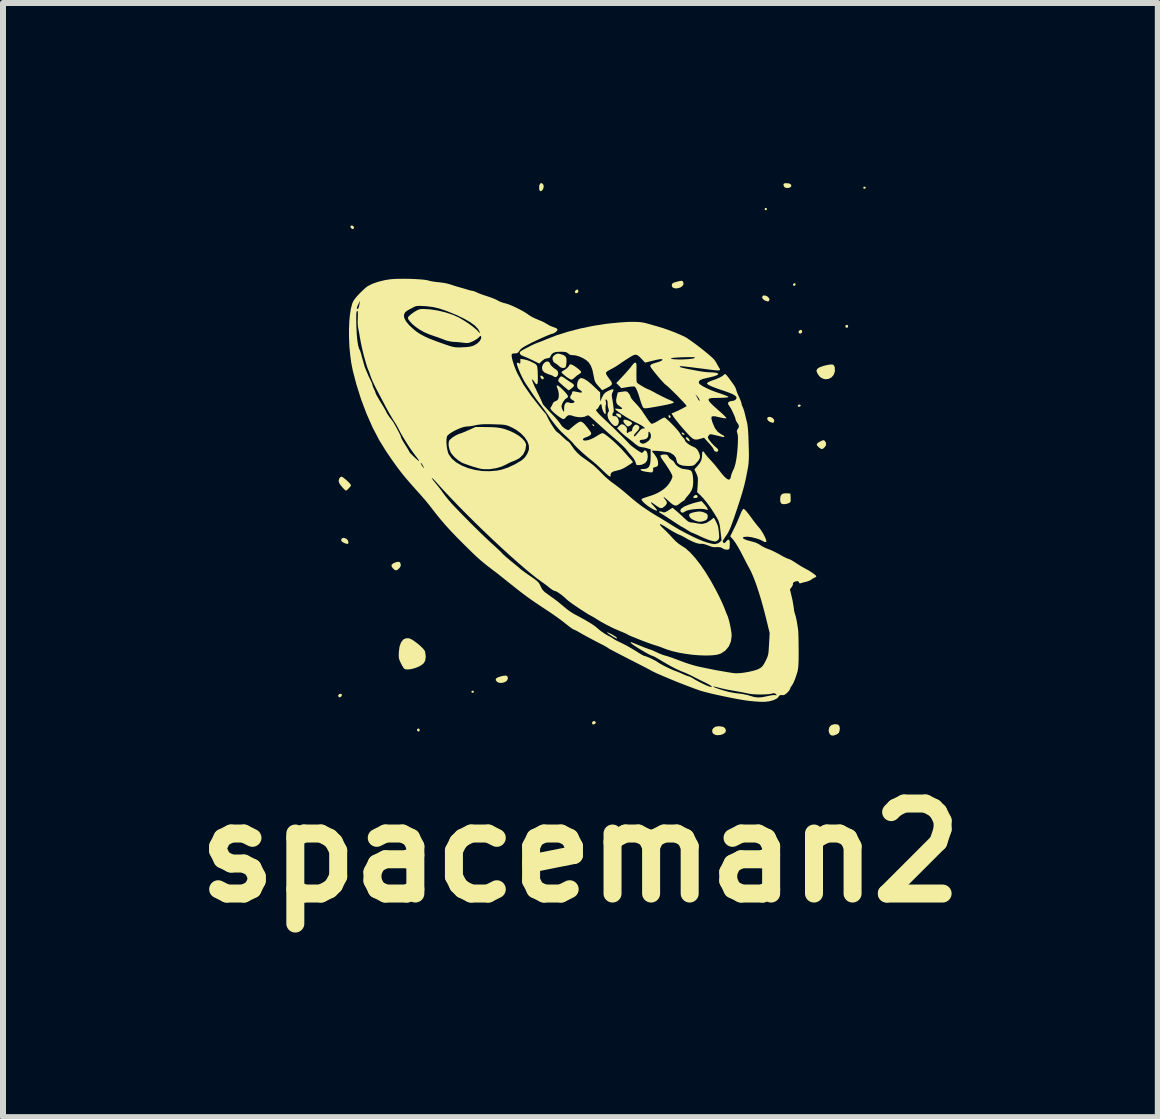
<source format=kicad_pcb>
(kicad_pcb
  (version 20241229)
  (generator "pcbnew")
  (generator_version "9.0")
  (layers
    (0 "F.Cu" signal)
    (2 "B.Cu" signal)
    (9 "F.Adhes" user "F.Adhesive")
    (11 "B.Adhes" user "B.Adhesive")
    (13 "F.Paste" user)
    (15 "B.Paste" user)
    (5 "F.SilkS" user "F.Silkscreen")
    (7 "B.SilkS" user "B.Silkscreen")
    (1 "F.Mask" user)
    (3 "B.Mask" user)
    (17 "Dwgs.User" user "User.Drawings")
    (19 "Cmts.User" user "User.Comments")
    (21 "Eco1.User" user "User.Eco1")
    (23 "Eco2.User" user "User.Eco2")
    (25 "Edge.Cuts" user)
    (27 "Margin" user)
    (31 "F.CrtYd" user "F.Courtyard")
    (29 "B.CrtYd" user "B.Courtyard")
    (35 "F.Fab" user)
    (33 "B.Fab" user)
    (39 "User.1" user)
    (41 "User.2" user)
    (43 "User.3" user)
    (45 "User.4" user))
  (footprint "spaceman2"
    (layer "F.Cu")
    (at 6.621 4.811)
    (property "Reference" "spaceman2" (at 0 6.35 0) (layer "F.SilkS") (effects (font (size 1.5 1.5) (thickness 0.3))))
    (attr board_only exclude_from_pos_files exclude_from_bom)
    (fp_poly (pts (xy 0.221 -0.786) (xy 0.232 -0.769) (xy 0.229 -0.759) (xy 0.217 -0.763) (xy 0.206 -0.774) (xy 0.197 -0.791) (xy 0.203 -0.795)) (stroke (width 0) (type solid)) (fill yes) (layer "F.SilkS"))
    (fp_poly (pts (xy 1.496 -0.934) (xy 1.505 -0.915) (xy 1.497 -0.902) (xy 1.481 -0.895) (xy 1.472 -0.909) (xy 1.468 -0.935) (xy 1.48 -0.944)) (stroke (width 0) (type solid)) (fill yes) (layer "F.SilkS"))
    (fp_poly (pts (xy 4.756 -4.74) (xy 4.753 -4.724) (xy 4.734 -4.715) (xy 4.716 -4.722) (xy 4.713 -4.733) (xy 4.723 -4.751) (xy 4.737 -4.751)) (stroke (width 0) (type solid)) (fill yes) (layer "F.SilkS"))
    (fp_poly (pts (xy -1.781 3.651) (xy -1.774 3.667) (xy -1.784 3.682) (xy -1.795 3.685) (xy -1.813 3.675) (xy -1.815 3.673) (xy -1.814 3.656) (xy -1.797 3.648)) (stroke (width 0) (type solid)) (fill yes) (layer "F.SilkS"))
    (fp_poly (pts (xy 3.108 -4.387) (xy 3.11 -4.377) (xy 3.099 -4.359) (xy 3.089 -4.357) (xy 3.071 -4.368) (xy 3.069 -4.377) (xy 3.08 -4.395) (xy 3.089 -4.398)) (stroke (width 0) (type solid)) (fill yes) (layer "F.SilkS"))
    (fp_poly (pts (xy 3.587 -3.13) (xy 3.583 -3.11) (xy 3.563 -3.097) (xy 3.543 -3.107) (xy 3.542 -3.108) (xy 3.545 -3.126) (xy 3.554 -3.136) (xy 3.575 -3.143)) (stroke (width 0) (type solid)) (fill yes) (layer "F.SilkS"))
    (fp_poly (pts (xy 3.67 -1.111) (xy 3.672 -1.104) (xy 3.66 -1.086) (xy 3.643 -1.082) (xy 3.622 -1.089) (xy 3.62 -1.099) (xy 3.635 -1.116) (xy 3.656 -1.121)) (stroke (width 0) (type solid)) (fill yes) (layer "F.SilkS"))
    (fp_poly (pts (xy -3.977 3.707) (xy -3.973 3.718) (xy -3.983 3.743) (xy -4.005 3.758) (xy -4.025 3.755) (xy -4.036 3.736) (xy -4.034 3.722) (xy -4.018 3.705) (xy -3.995 3.7)) (stroke (width 0) (type solid)) (fill yes) (layer "F.SilkS"))
    (fp_poly (pts (xy -3.784 -4.092) (xy -3.771 -4.072) (xy -3.774 -4.057) (xy -3.792 -4.042) (xy -3.816 -4.055) (xy -3.823 -4.063) (xy -3.833 -4.085) (xy -3.824 -4.1) (xy -3.805 -4.104)) (stroke (width 0) (type solid)) (fill yes) (layer "F.SilkS"))
    (fp_poly (pts (xy -2.687 4.281) (xy -2.684 4.284) (xy -2.676 4.306) (xy -2.686 4.325) (xy -2.699 4.329) (xy -2.716 4.319) (xy -2.72 4.314) (xy -2.722 4.293) (xy -2.707 4.279)) (stroke (width 0) (type solid)) (fill yes) (layer "F.SilkS"))
    (fp_poly (pts (xy -0.041 -3.033) (xy -0.033 -3.009) (xy -0.035 -2.996) (xy -0.054 -2.976) (xy -0.077 -2.976) (xy -0.09 -2.988) (xy -0.09 -3.008) (xy -0.075 -3.027) (xy -0.054 -3.037)) (stroke (width 0) (type solid)) (fill yes) (layer "F.SilkS"))
    (fp_poly (pts (xy 0.239 4.156) (xy 0.258 4.172) (xy 0.252 4.192) (xy 0.233 4.206) (xy 0.21 4.213) (xy 0.197 4.201) (xy 0.197 4.199) (xy 0.197 4.171) (xy 0.216 4.155)) (stroke (width 0) (type solid)) (fill yes) (layer "F.SilkS"))
    (fp_poly (pts (xy 1.72 -0.642) (xy 1.723 -0.64) (xy 1.738 -0.622) (xy 1.733 -0.617) (xy 1.723 -0.617) (xy 1.698 -0.624) (xy 1.691 -0.631) (xy 1.687 -0.65) (xy 1.699 -0.654)) (stroke (width 0) (type solid)) (fill yes) (layer "F.SilkS"))
    (fp_poly (pts (xy 1.794 -0.565) (xy 1.813 -0.54) (xy 1.822 -0.515) (xy 1.814 -0.507) (xy 1.794 -0.516) (xy 1.776 -0.532) (xy 1.756 -0.559) (xy 1.759 -0.573) (xy 1.774 -0.575)) (stroke (width 0) (type solid)) (fill yes) (layer "F.SilkS"))
    (fp_poly (pts (xy 3.687 -2.36) (xy 3.696 -2.335) (xy 3.694 -2.323) (xy 3.676 -2.304) (xy 3.651 -2.305) (xy 3.637 -2.317) (xy 3.636 -2.337) (xy 3.652 -2.356) (xy 3.673 -2.365)) (stroke (width 0) (type solid)) (fill yes) (layer "F.SilkS"))
    (fp_poly (pts (xy 4.45 -2.446) (xy 4.454 -2.443) (xy 4.462 -2.421) (xy 4.452 -2.402) (xy 4.439 -2.398) (xy 4.421 -2.407) (xy 4.418 -2.412) (xy 4.416 -2.433) (xy 4.43 -2.447)) (stroke (width 0) (type solid)) (fill yes) (layer "F.SilkS"))
    (fp_poly (pts (xy -0.626 -1.588) (xy -0.611 -1.569) (xy -0.61 -1.561) (xy -0.618 -1.542) (xy -0.636 -1.541) (xy -0.656 -1.559) (xy -0.658 -1.562) (xy -0.667 -1.588) (xy -0.665 -1.6) (xy -0.648 -1.601)) (stroke (width 0) (type solid)) (fill yes) (layer "F.SilkS"))
    (fp_poly (pts (xy 0.637 -0.967) (xy 0.669 -0.951) (xy 0.683 -0.927) (xy 0.676 -0.904) (xy 0.675 -0.902) (xy 0.655 -0.901) (xy 0.622 -0.923) (xy 0.596 -0.95) (xy 0.595 -0.967) (xy 0.616 -0.971)) (stroke (width 0) (type solid)) (fill yes) (layer "F.SilkS"))
    (fp_poly (pts (xy 1.946 0.393) (xy 1.947 0.393) (xy 1.955 0.414) (xy 1.953 0.424) (xy 1.936 0.435) (xy 1.91 0.438) (xy 1.888 0.435) (xy 1.88 0.424) (xy 1.88 0.422) (xy 1.898 0.398) (xy 1.924 0.386)) (stroke (width 0) (type solid)) (fill yes) (layer "F.SilkS"))
    (fp_poly (pts (xy -3.924 1.106) (xy -3.894 1.121) (xy -3.872 1.147) (xy -3.866 1.168) (xy -3.867 1.194) (xy -3.88 1.203) (xy -3.909 1.197) (xy -3.942 1.184) (xy -3.976 1.162) (xy -3.987 1.139) (xy -3.977 1.113) (xy -3.954 1.102)) (stroke (width 0) (type solid)) (fill yes) (layer "F.SilkS"))
    (fp_poly (pts (xy -0.63 -4.8) (xy -0.616 -4.781) (xy -0.611 -4.748) (xy -0.621 -4.711) (xy -0.643 -4.683) (xy -0.66 -4.675) (xy -0.675 -4.679) (xy -0.684 -4.702) (xy -0.687 -4.726) (xy -0.685 -4.771) (xy -0.672 -4.8) (xy -0.652 -4.811)) (stroke (width 0) (type solid)) (fill yes) (layer "F.SilkS"))
    (fp_poly (pts (xy 3.117 -2.921) (xy 3.143 -2.894) (xy 3.151 -2.87) (xy 3.143 -2.844) (xy 3.119 -2.838) (xy 3.078 -2.852) (xy 3.065 -2.859) (xy 3.038 -2.882) (xy 3.028 -2.909) (xy 3.039 -2.931) (xy 3.049 -2.937) (xy 3.082 -2.937)) (stroke (width 0) (type solid)) (fill yes) (layer "F.SilkS"))
    (fp_poly (pts (xy 3.175 -0.911) (xy 3.207 -0.892) (xy 3.228 -0.865) (xy 3.231 -0.846) (xy 3.222 -0.822) (xy 3.203 -0.816) (xy 3.169 -0.827) (xy 3.154 -0.833) (xy 3.124 -0.856) (xy 3.112 -0.882) (xy 3.12 -0.905) (xy 3.141 -0.915)) (stroke (width 0) (type solid)) (fill yes) (layer "F.SilkS"))
    (fp_poly (pts (xy 3.482 -4.803) (xy 3.509 -4.786) (xy 3.516 -4.764) (xy 3.507 -4.747) (xy 3.479 -4.731) (xy 3.44 -4.728) (xy 3.406 -4.738) (xy 3.4 -4.743) (xy 3.386 -4.77) (xy 3.384 -4.784) (xy 3.39 -4.801) (xy 3.412 -4.808) (xy 3.437 -4.809)) (stroke (width 0) (type solid)) (fill yes) (layer "F.SilkS"))
    (fp_poly (pts (xy -1.215 3.409) (xy -1.208 3.439) (xy -1.211 3.458) (xy -1.231 3.488) (xy -1.268 3.509) (xy -1.314 3.519) (xy -1.358 3.516) (xy -1.39 3.499) (xy -1.41 3.472) (xy -1.409 3.45) (xy -1.386 3.431) (xy -1.338 3.413) (xy -1.291 3.401) (xy -1.243 3.396)) (stroke (width 0) (type solid)) (fill yes) (layer "F.SilkS"))
    (fp_poly (pts (xy 0.458 2.678) (xy 0.488 2.691) (xy 0.526 2.71) (xy 0.563 2.732) (xy 0.593 2.752) (xy 0.605 2.763) (xy 0.613 2.778) (xy 0.6 2.778) (xy 0.566 2.761) (xy 0.516 2.731) (xy 0.478 2.706) (xy 0.452 2.686) (xy 0.443 2.676) (xy 0.444 2.675)) (stroke (width 0) (type solid)) (fill yes) (layer "F.SilkS"))
    (fp_poly (pts (xy 0.756 -0.867) (xy 0.79 -0.857) (xy 0.826 -0.841) (xy 0.853 -0.823) (xy 0.863 -0.81) (xy 0.852 -0.79) (xy 0.828 -0.769) (xy 0.802 -0.755) (xy 0.794 -0.754) (xy 0.773 -0.765) (xy 0.747 -0.79) (xy 0.743 -0.794) (xy 0.719 -0.83) (xy 0.715 -0.853) (xy 0.73 -0.867) (xy 0.734 -0.868)) (stroke (width 0) (type solid)) (fill yes) (layer "F.SilkS"))
    (fp_poly (pts (xy 2.376 4.249) (xy 2.411 4.272) (xy 2.425 4.31) (xy 2.425 4.318) (xy 2.412 4.347) (xy 2.38 4.371) (xy 2.334 4.386) (xy 2.283 4.39) (xy 2.254 4.386) (xy 2.215 4.367) (xy 2.196 4.335) (xy 2.199 4.297) (xy 2.217 4.271) (xy 2.244 4.251) (xy 2.28 4.242) (xy 2.318 4.241)) (stroke (width 0) (type solid)) (fill yes) (layer "F.SilkS"))
    (fp_poly (pts (xy 4.071 -0.516) (xy 4.075 -0.513) (xy 4.095 -0.476) (xy 4.091 -0.437) (xy 4.062 -0.4) (xy 4.032 -0.378) (xy 4.012 -0.381) (xy 3.983 -0.399) (xy 3.972 -0.408) (xy 3.944 -0.437) (xy 3.939 -0.46) (xy 3.956 -0.481) (xy 3.998 -0.506) (xy 4.001 -0.507) (xy 4.035 -0.523) (xy 4.055 -0.526)) (stroke (width 0) (type solid)) (fill yes) (layer "F.SilkS"))
    (fp_poly (pts (xy 1.7 -3.179) (xy 1.712 -3.166) (xy 1.713 -3.163) (xy 1.719 -3.128) (xy 1.702 -3.096) (xy 1.667 -3.071) (xy 1.617 -3.057) (xy 1.591 -3.055) (xy 1.557 -3.061) (xy 1.537 -3.072) (xy 1.522 -3.102) (xy 1.529 -3.132) (xy 1.552 -3.15) (xy 1.585 -3.16) (xy 1.629 -3.172) (xy 1.641 -3.175) (xy 1.679 -3.182)) (stroke (width 0) (type solid)) (fill yes) (layer "F.SilkS"))
    (fp_poly (pts (xy 3.5 0.363) (xy 3.504 0.434) (xy 3.505 0.479) (xy 3.499 0.504) (xy 3.484 0.518) (xy 3.484 0.518) (xy 3.438 0.535) (xy 3.392 0.541) (xy 3.356 0.535) (xy 3.353 0.533) (xy 3.336 0.512) (xy 3.329 0.471) (xy 3.329 0.459) (xy 3.335 0.405) (xy 3.357 0.373) (xy 3.396 0.359) (xy 3.437 0.359)) (stroke (width 0) (type solid)) (fill yes) (layer "F.SilkS"))
    (fp_poly (pts (xy -3.003 1.512) (xy -3 1.521) (xy -2.996 1.543) (xy -2.992 1.553) (xy -2.996 1.576) (xy -3.015 1.604) (xy -3.042 1.63) (xy -3.068 1.643) (xy -3.073 1.644) (xy -3.095 1.635) (xy -3.121 1.612) (xy -3.121 1.612) (xy -3.146 1.578) (xy -3.146 1.551) (xy -3.119 1.527) (xy -3.099 1.517) (xy -3.058 1.503) (xy -3.024 1.501)) (stroke (width 0) (type solid)) (fill yes) (layer "F.SilkS"))
    (fp_poly (pts (xy 4.292 4.213) (xy 4.316 4.236) (xy 4.323 4.278) (xy 4.32 4.308) (xy 4.309 4.347) (xy 4.285 4.369) (xy 4.266 4.379) (xy 4.22 4.395) (xy 4.188 4.395) (xy 4.162 4.379) (xy 4.159 4.376) (xy 4.144 4.348) (xy 4.137 4.309) (xy 4.137 4.308) (xy 4.148 4.256) (xy 4.18 4.222) (xy 4.231 4.207) (xy 4.247 4.206)) (stroke (width 0) (type solid)) (fill yes) (layer "F.SilkS"))
    (fp_poly (pts (xy 4.205 -1.786) (xy 4.226 -1.772) (xy 4.237 -1.745) (xy 4.239 -1.737) (xy 4.241 -1.672) (xy 4.221 -1.615) (xy 4.185 -1.573) (xy 4.137 -1.547) (xy 4.08 -1.541) (xy 4.032 -1.555) (xy 3.993 -1.581) (xy 3.96 -1.62) (xy 3.939 -1.662) (xy 3.935 -1.692) (xy 3.952 -1.719) (xy 3.993 -1.744) (xy 4.054 -1.765) (xy 4.114 -1.779) (xy 4.17 -1.788)) (stroke (width 0) (type solid)) (fill yes) (layer "F.SilkS"))
    (fp_poly (pts (xy -3.959 0.091) (xy -3.929 0.114) (xy -3.893 0.145) (xy -3.859 0.177) (xy -3.833 0.206) (xy -3.822 0.224) (xy -3.822 0.225) (xy -3.831 0.243) (xy -3.853 0.269) (xy -3.879 0.296) (xy -3.9 0.313) (xy -3.907 0.315) (xy -3.92 0.306) (xy -3.945 0.282) (xy -3.971 0.254) (xy -4.011 0.203) (xy -4.027 0.162) (xy -4.028 0.154) (xy -4.019 0.113) (xy -3.997 0.087) (xy -3.979 0.082)) (stroke (width 0) (type solid)) (fill yes) (layer "F.SilkS"))
    (fp_poly (pts (xy -0.331 -1.961) (xy -0.278 -1.943) (xy -0.248 -1.921) (xy -0.233 -1.888) (xy -0.231 -1.839) (xy -0.231 -1.828) (xy -0.236 -1.783) (xy -0.244 -1.749) (xy -0.251 -1.737) (xy -0.29 -1.727) (xy -0.332 -1.741) (xy -0.357 -1.762) (xy -0.389 -1.79) (xy -0.42 -1.809) (xy -0.421 -1.809) (xy -0.448 -1.832) (xy -0.463 -1.869) (xy -0.462 -1.908) (xy -0.461 -1.91) (xy -0.445 -1.932) (xy -0.418 -1.953) (xy -0.388 -1.968) (xy -0.358 -1.968)) (stroke (width 0) (type solid)) (fill yes) (layer "F.SilkS"))
    (fp_poly (pts (xy 2.03 0.668) (xy 2.053 0.675) (xy 2.098 0.694) (xy 2.12 0.719) (xy 2.122 0.755) (xy 2.118 0.775) (xy 2.1 0.802) (xy 2.061 0.82) (xy 2.058 0.821) (xy 2.012 0.832) (xy 1.976 0.833) (xy 1.935 0.823) (xy 1.914 0.816) (xy 1.857 0.789) (xy 1.822 0.757) (xy 1.811 0.724) (xy 1.811 0.72) (xy 1.819 0.703) (xy 1.84 0.69) (xy 1.881 0.678) (xy 1.902 0.673) (xy 1.955 0.664) (xy 1.994 0.662)) (stroke (width 0) (type solid)) (fill yes) (layer "F.SilkS"))
    (fp_poly (pts (xy 2.071 0.547) (xy 2.104 0.588) (xy 2.121 0.618) (xy 2.123 0.635) (xy 2.108 0.636) (xy 2.097 0.631) (xy 2.062 0.621) (xy 2.008 0.618) (xy 1.944 0.62) (xy 1.878 0.626) (xy 1.816 0.636) (xy 1.768 0.649) (xy 1.741 0.664) (xy 1.71 0.683) (xy 1.685 0.677) (xy 1.671 0.664) (xy 1.665 0.639) (xy 1.684 0.612) (xy 1.726 0.583) (xy 1.79 0.554) (xy 1.873 0.526) (xy 1.924 0.512) (xy 2.019 0.489)) (stroke (width 0) (type solid)) (fill yes) (layer "F.SilkS"))
    (fp_poly (pts (xy -0.533 -1.835) (xy -0.512 -1.817) (xy -0.507 -1.804) (xy -0.497 -1.782) (xy -0.471 -1.753) (xy -0.436 -1.723) (xy -0.401 -1.7) (xy -0.401 -1.7) (xy -0.378 -1.676) (xy -0.37 -1.642) (xy -0.376 -1.608) (xy -0.396 -1.583) (xy -0.42 -1.576) (xy -0.442 -1.585) (xy -0.445 -1.589) (xy -0.462 -1.6) (xy -0.497 -1.614) (xy -0.529 -1.624) (xy -0.591 -1.65) (xy -0.628 -1.683) (xy -0.64 -1.726) (xy -0.637 -1.753) (xy -0.62 -1.793) (xy -0.591 -1.824) (xy -0.558 -1.839)) (stroke (width 0) (type solid)) (fill yes) (layer "F.SilkS"))
    (fp_poly (pts (xy -0.296 -1.581) (xy -0.263 -1.561) (xy -0.249 -1.55) (xy -0.206 -1.52) (xy -0.164 -1.492) (xy -0.155 -1.486) (xy -0.117 -1.46) (xy -0.106 -1.437) (xy -0.12 -1.412) (xy -0.144 -1.392) (xy -0.173 -1.37) (xy -0.192 -1.358) (xy -0.194 -1.356) (xy -0.206 -1.365) (xy -0.233 -1.387) (xy -0.271 -1.418) (xy -0.281 -1.427) (xy -0.32 -1.461) (xy -0.351 -1.49) (xy -0.367 -1.508) (xy -0.368 -1.51) (xy -0.366 -1.534) (xy -0.351 -1.563) (xy -0.33 -1.585) (xy -0.318 -1.589)) (stroke (width 0) (type solid)) (fill yes) (layer "F.SilkS"))
    (fp_poly (pts (xy -0.148 -1.787) (xy -0.118 -1.773) (xy -0.08 -1.748) (xy -0.041 -1.719) (xy -0.008 -1.691) (xy 0.011 -1.669) (xy 0.014 -1.662) (xy 0.003 -1.644) (xy -0.024 -1.625) (xy -0.024 -1.625) (xy -0.061 -1.601) (xy -0.095 -1.57) (xy -0.123 -1.546) (xy -0.148 -1.535) (xy -0.15 -1.535) (xy -0.171 -1.543) (xy -0.206 -1.563) (xy -0.243 -1.59) (xy -0.28 -1.62) (xy -0.306 -1.645) (xy -0.315 -1.658) (xy -0.304 -1.672) (xy -0.276 -1.69) (xy -0.263 -1.697) (xy -0.226 -1.723) (xy -0.198 -1.753) (xy -0.194 -1.76) (xy -0.178 -1.786) (xy -0.156 -1.789)) (stroke (width 0) (type solid)) (fill yes) (layer "F.SilkS"))
    (fp_poly (pts (xy -2.856 2.775) (xy -2.82 2.789) (xy -2.773 2.818) (xy -2.722 2.856) (xy -2.671 2.898) (xy -2.628 2.94) (xy -2.598 2.976) (xy -2.588 2.997) (xy -2.576 3.081) (xy -2.586 3.147) (xy -2.61 3.19) (xy -2.647 3.221) (xy -2.698 3.249) (xy -2.757 3.272) (xy -2.818 3.288) (xy -2.873 3.295) (xy -2.916 3.292) (xy -2.937 3.281) (xy -2.954 3.258) (xy -2.976 3.22) (xy -2.994 3.185) (xy -3.013 3.142) (xy -3.024 3.106) (xy -3.027 3.065) (xy -3.025 3.009) (xy -3.025 3.002) (xy -3.013 2.911) (xy -2.988 2.842) (xy -2.952 2.796) (xy -2.904 2.774)) (stroke (width 0) (type solid)) (fill yes) (layer "F.SilkS"))
    (fp_poly (pts (xy -1.562 -0.745) (xy -1.473 -0.743) (xy -1.404 -0.739) (xy -1.345 -0.731) (xy -1.289 -0.719) (xy -1.267 -0.713) (xy -1.179 -0.682) (xy -1.097 -0.643) (xy -1.024 -0.599) (xy -0.966 -0.551) (xy -0.925 -0.503) (xy -0.905 -0.459) (xy -0.904 -0.447) (xy -0.917 -0.362) (xy -0.953 -0.288) (xy -1.012 -0.229) (xy -1.09 -0.187) (xy -1.102 -0.183) (xy -1.153 -0.163) (xy -1.202 -0.14) (xy -1.219 -0.13) (xy -1.305 -0.089) (xy -1.406 -0.059) (xy -1.511 -0.043) (xy -1.612 -0.043) (xy -1.665 -0.05) (xy -1.71 -0.062) (xy -1.77 -0.079) (xy -1.835 -0.1) (xy -1.897 -0.122) (xy -1.949 -0.141) (xy -1.977 -0.153) (xy -2.038 -0.192) (xy -2.096 -0.242) (xy -2.143 -0.295) (xy -2.164 -0.328) (xy -2.185 -0.385) (xy -2.196 -0.444) (xy -2.194 -0.494) (xy -2.187 -0.518) (xy -2.163 -0.545) (xy -2.124 -0.576) (xy -2.078 -0.605) (xy -2.033 -0.627) (xy -2.013 -0.634) (xy -1.986 -0.642) (xy -1.942 -0.66) (xy -1.888 -0.683) (xy -1.863 -0.694) (xy -1.747 -0.746)) (stroke (width 0) (type solid)) (fill yes) (layer "F.SilkS"))
    (fp_poly (pts (xy 0.926 -1.814) (xy 0.932 -1.799) (xy 0.935 -1.769) (xy 0.935 -1.722) (xy 0.934 -1.658) (xy 0.934 -1.594) (xy 0.935 -1.54) (xy 0.938 -1.502) (xy 0.941 -1.486) (xy 0.961 -1.47) (xy 0.996 -1.446) (xy 1.04 -1.42) (xy 1.082 -1.396) (xy 1.116 -1.38) (xy 1.124 -1.377) (xy 1.154 -1.364) (xy 1.195 -1.343) (xy 1.218 -1.331) (xy 1.281 -1.296) (xy 1.356 -1.258) (xy 1.43 -1.222) (xy 1.495 -1.193) (xy 1.513 -1.186) (xy 1.546 -1.169) (xy 1.556 -1.155) (xy 1.552 -1.149) (xy 1.533 -1.141) (xy 1.493 -1.13) (xy 1.437 -1.117) (xy 1.37 -1.104) (xy 1.354 -1.101) (xy 1.258 -1.083) (xy 1.186 -1.071) (xy 1.133 -1.062) (xy 1.097 -1.058) (xy 1.073 -1.058) (xy 1.058 -1.061) (xy 1.048 -1.068) (xy 1.044 -1.072) (xy 1.033 -1.094) (xy 1.017 -1.135) (xy 0.999 -1.188) (xy 0.992 -1.214) (xy 0.965 -1.301) (xy 0.941 -1.363) (xy 0.92 -1.402) (xy 0.903 -1.419) (xy 0.883 -1.421) (xy 0.844 -1.419) (xy 0.793 -1.412) (xy 0.785 -1.411) (xy 0.683 -1.393) (xy 0.641 -1.435) (xy 0.598 -1.478) (xy 0.712 -1.598) (xy 0.76 -1.651) (xy 0.805 -1.702) (xy 0.841 -1.745) (xy 0.86 -1.771) (xy 0.887 -1.803) (xy 0.91 -1.819) (xy 0.916 -1.819)) (stroke (width 0) (type solid)) (fill yes) (layer "F.SilkS"))
    (fp_poly (pts (xy 1.596 0.65) (xy 1.639 0.687) (xy 1.689 0.733) (xy 1.731 0.773) (xy 1.774 0.812) (xy 1.806 0.835) (xy 1.835 0.844) (xy 1.851 0.845) (xy 1.895 0.85) (xy 1.945 0.86) (xy 1.954 0.862) (xy 2.026 0.87) (xy 2.099 0.853) (xy 2.166 0.811) (xy 2.17 0.808) (xy 2.199 0.783) (xy 2.219 0.769) (xy 2.223 0.767) (xy 2.233 0.779) (xy 2.248 0.807) (xy 2.267 0.845) (xy 2.284 0.884) (xy 2.293 0.908) (xy 2.298 0.934) (xy 2.304 0.977) (xy 2.309 1.026) (xy 2.313 1.077) (xy 2.311 1.108) (xy 2.304 1.126) (xy 2.289 1.14) (xy 2.286 1.143) (xy 2.261 1.158) (xy 2.247 1.163) (xy 2.23 1.159) (xy 2.198 1.152) (xy 2.192 1.151) (xy 2.158 1.142) (xy 2.118 1.128) (xy 2.068 1.108) (xy 2.001 1.078) (xy 1.949 1.054) (xy 1.905 1.034) (xy 1.872 1.019) (xy 1.856 1.014) (xy 1.856 1.014) (xy 1.841 1.007) (xy 1.811 0.989) (xy 1.773 0.966) (xy 1.734 0.941) (xy 1.704 0.924) (xy 1.692 0.918) (xy 1.678 0.911) (xy 1.647 0.891) (xy 1.602 0.862) (xy 1.547 0.826) (xy 1.536 0.819) (xy 1.475 0.779) (xy 1.419 0.742) (xy 1.372 0.712) (xy 1.342 0.694) (xy 1.341 0.693) (xy 1.313 0.675) (xy 1.309 0.665) (xy 1.318 0.661) (xy 1.348 0.663) (xy 1.37 0.671) (xy 1.391 0.678) (xy 1.414 0.673) (xy 1.449 0.655) (xy 1.467 0.643) (xy 1.535 0.6)) (stroke (width 0) (type solid)) (fill yes) (layer "F.SilkS"))
    (fp_poly (pts (xy 1.436 -0.285) (xy 1.456 -0.272) (xy 1.466 -0.254) (xy 1.487 -0.224) (xy 1.519 -0.199) (xy 1.55 -0.177) (xy 1.568 -0.152) (xy 1.568 -0.151) (xy 1.591 -0.116) (xy 1.631 -0.082) (xy 1.678 -0.056) (xy 1.706 -0.048) (xy 1.756 -0.041) (xy 1.801 -0.034) (xy 1.834 -0.024) (xy 1.854 -0.003) (xy 1.865 0.024) (xy 1.873 0.065) (xy 1.879 0.12) (xy 1.88 0.173) (xy 1.874 0.246) (xy 1.855 0.306) (xy 1.82 0.363) (xy 1.776 0.415) (xy 1.753 0.443) (xy 1.74 0.464) (xy 1.74 0.467) (xy 1.73 0.479) (xy 1.728 0.48) (xy 1.711 0.488) (xy 1.681 0.509) (xy 1.659 0.526) (xy 1.624 0.553) (xy 1.594 0.564) (xy 1.564 0.559) (xy 1.528 0.538) (xy 1.48 0.497) (xy 1.465 0.483) (xy 1.421 0.444) (xy 1.394 0.424) (xy 1.385 0.421) (xy 1.393 0.437) (xy 1.418 0.468) (xy 1.44 0.503) (xy 1.439 0.533) (xy 1.416 0.565) (xy 1.39 0.587) (xy 1.364 0.604) (xy 1.339 0.606) (xy 1.308 0.594) (xy 1.265 0.566) (xy 1.248 0.553) (xy 1.204 0.522) (xy 1.179 0.509) (xy 1.175 0.515) (xy 1.191 0.538) (xy 1.225 0.574) (xy 1.255 0.608) (xy 1.275 0.635) (xy 1.278 0.648) (xy 1.277 0.649) (xy 1.26 0.646) (xy 1.227 0.632) (xy 1.184 0.609) (xy 1.184 0.609) (xy 1.127 0.572) (xy 1.079 0.534) (xy 1.043 0.5) (xy 1.022 0.472) (xy 1.02 0.454) (xy 1.021 0.454) (xy 1.04 0.444) (xy 1.078 0.43) (xy 1.127 0.414) (xy 1.137 0.411) (xy 1.22 0.383) (xy 1.288 0.353) (xy 1.354 0.314) (xy 1.397 0.283) (xy 1.439 0.245) (xy 1.479 0.196) (xy 1.511 0.144) (xy 1.531 0.097) (xy 1.534 0.075) (xy 1.526 0.05) (xy 1.503 0.006) (xy 1.467 -0.054) (xy 1.419 -0.127) (xy 1.362 -0.208) (xy 1.342 -0.241) (xy 1.334 -0.267) (xy 1.335 -0.273) (xy 1.354 -0.282) (xy 1.388 -0.287) (xy 1.399 -0.288)) (stroke (width 0) (type solid)) (fill yes) (layer "F.SilkS"))
    (fp_poly (pts (xy -0.938 -1.872) (xy -0.891 -1.861) (xy -0.835 -1.84) (xy -0.798 -1.822) (xy -0.766 -1.806) (xy -0.743 -1.791) (xy -0.728 -1.774) (xy -0.719 -1.75) (xy -0.714 -1.713) (xy -0.711 -1.659) (xy -0.709 -1.584) (xy -0.709 -1.57) (xy -0.709 -1.505) (xy -0.716 -1.467) (xy -0.728 -1.455) (xy -0.747 -1.469) (xy -0.77 -1.502) (xy -0.791 -1.533) (xy -0.803 -1.538) (xy -0.805 -1.533) (xy -0.801 -1.514) (xy -0.786 -1.475) (xy -0.763 -1.421) (xy -0.733 -1.359) (xy -0.72 -1.331) (xy -0.688 -1.266) (xy -0.661 -1.21) (xy -0.642 -1.166) (xy -0.631 -1.14) (xy -0.63 -1.136) (xy -0.621 -1.121) (xy -0.596 -1.091) (xy -0.558 -1.05) (xy -0.512 -1.001) (xy -0.493 -0.981) (xy -0.441 -0.927) (xy -0.394 -0.875) (xy -0.358 -0.831) (xy -0.335 -0.8) (xy -0.332 -0.794) (xy -0.303 -0.756) (xy -0.263 -0.722) (xy -0.254 -0.717) (xy -0.22 -0.699) (xy -0.2 -0.694) (xy -0.184 -0.702) (xy -0.172 -0.713) (xy -0.115 -0.762) (xy -0.065 -0.801) (xy -0.025 -0.827) (xy -0.001 -0.836) (xy 0.022 -0.831) (xy 0.047 -0.815) (xy 0.077 -0.785) (xy 0.118 -0.735) (xy 0.129 -0.72) (xy 0.161 -0.678) (xy 0.177 -0.652) (xy 0.181 -0.635) (xy 0.175 -0.621) (xy 0.169 -0.614) (xy 0.141 -0.594) (xy 0.101 -0.577) (xy 0.094 -0.575) (xy 0.056 -0.559) (xy 0.041 -0.54) (xy 0.041 -0.539) (xy 0.052 -0.523) (xy 0.082 -0.519) (xy 0.125 -0.526) (xy 0.176 -0.543) (xy 0.229 -0.568) (xy 0.263 -0.589) (xy 0.307 -0.616) (xy 0.344 -0.636) (xy 0.368 -0.644) (xy 0.369 -0.644) (xy 0.393 -0.635) (xy 0.431 -0.609) (xy 0.481 -0.57) (xy 0.537 -0.522) (xy 0.596 -0.468) (xy 0.654 -0.411) (xy 0.707 -0.355) (xy 0.709 -0.352) (xy 0.754 -0.302) (xy 0.796 -0.255) (xy 0.828 -0.219) (xy 0.843 -0.203) (xy 0.865 -0.177) (xy 0.876 -0.162) (xy 0.877 -0.161) (xy 0.866 -0.151) (xy 0.838 -0.131) (xy 0.8 -0.107) (xy 0.759 -0.081) (xy 0.72 -0.059) (xy 0.705 -0.051) (xy 0.663 -0.034) (xy 0.614 -0.021) (xy 0.609 -0.02) (xy 0.549 -0.004) (xy 0.513 0.019) (xy 0.502 0.047) (xy 0.503 0.054) (xy 0.505 0.076) (xy 0.494 0.08) (xy 0.468 0.065) (xy 0.428 0.03) (xy 0.37 -0.024) (xy 0.366 -0.029) (xy 0.313 -0.08) (xy 0.258 -0.13) (xy 0.21 -0.171) (xy 0.185 -0.191) (xy 0.136 -0.23) (xy 0.081 -0.277) (xy 0.024 -0.327) (xy -0.03 -0.377) (xy -0.074 -0.421) (xy -0.105 -0.454) (xy -0.112 -0.464) (xy -0.132 -0.487) (xy -0.167 -0.523) (xy -0.212 -0.566) (xy -0.247 -0.598) (xy -0.33 -0.677) (xy -0.406 -0.764) (xy -0.483 -0.864) (xy -0.538 -0.945) (xy -0.572 -0.993) (xy -0.614 -1.051) (xy -0.657 -1.108) (xy -0.664 -1.117) (xy -0.71 -1.176) (xy -0.758 -1.243) (xy -0.8 -1.304) (xy -0.803 -1.308) (xy -0.839 -1.362) (xy -0.874 -1.415) (xy -0.903 -1.457) (xy -0.906 -1.461) (xy -0.933 -1.505) (xy -0.963 -1.56) (xy -0.992 -1.62) (xy -1.018 -1.68) (xy -1.04 -1.735) (xy -1.054 -1.779) (xy -1.059 -1.806) (xy -1.057 -1.812) (xy -1.037 -1.818) (xy -1.021 -1.809) (xy -1.007 -1.801) (xy -1.001 -1.811) (xy -1 -1.836) (xy -1 -1.881)) (stroke (width 0) (type solid)) (fill yes) (layer "F.SilkS"))
    (fp_poly (pts (xy 0.769 -1.338) (xy 0.788 -1.327) (xy 0.804 -1.309) (xy 0.826 -1.278) (xy 0.836 -1.252) (xy 0.836 -1.25) (xy 0.845 -1.23) (xy 0.869 -1.197) (xy 0.904 -1.159) (xy 0.911 -1.151) (xy 0.954 -1.105) (xy 0.994 -1.058) (xy 1.024 -1.019) (xy 1.024 -1.019) (xy 1.052 -0.976) (xy 1.088 -0.924) (xy 1.114 -0.885) (xy 1.143 -0.844) (xy 1.169 -0.813) (xy 1.186 -0.799) (xy 1.206 -0.803) (xy 1.242 -0.818) (xy 1.286 -0.843) (xy 1.294 -0.848) (xy 1.339 -0.875) (xy 1.376 -0.895) (xy 1.399 -0.904) (xy 1.401 -0.904) (xy 1.418 -0.895) (xy 1.449 -0.869) (xy 1.489 -0.832) (xy 1.533 -0.788) (xy 1.577 -0.741) (xy 1.616 -0.697) (xy 1.646 -0.66) (xy 1.661 -0.637) (xy 1.685 -0.599) (xy 1.711 -0.57) (xy 1.732 -0.546) (xy 1.74 -0.528) (xy 1.751 -0.505) (xy 1.779 -0.477) (xy 1.818 -0.448) (xy 1.858 -0.427) (xy 1.863 -0.425) (xy 1.917 -0.399) (xy 1.952 -0.365) (xy 1.978 -0.313) (xy 1.98 -0.308) (xy 1.993 -0.266) (xy 1.991 -0.23) (xy 1.972 -0.193) (xy 1.935 -0.149) (xy 1.927 -0.14) (xy 1.903 -0.117) (xy 1.881 -0.104) (xy 1.851 -0.098) (xy 1.805 -0.096) (xy 1.789 -0.096) (xy 1.709 -0.102) (xy 1.651 -0.12) (xy 1.615 -0.149) (xy 1.603 -0.186) (xy 1.59 -0.236) (xy 1.555 -0.28) (xy 1.502 -0.314) (xy 1.49 -0.319) (xy 1.46 -0.327) (xy 1.414 -0.334) (xy 1.36 -0.341) (xy 1.305 -0.346) (xy 1.254 -0.349) (xy 1.215 -0.35) (xy 1.194 -0.348) (xy 1.192 -0.346) (xy 1.2 -0.333) (xy 1.221 -0.307) (xy 1.238 -0.286) (xy 1.278 -0.224) (xy 1.292 -0.176) (xy 1.296 -0.127) (xy 1.288 -0.099) (xy 1.267 -0.083) (xy 1.245 -0.077) (xy 1.217 -0.068) (xy 1.21 -0.053) (xy 1.213 -0.04) (xy 1.212 -0.012) (xy 1.196 0.008) (xy 1.178 0.012) (xy 1.162 0.009) (xy 1.127 0.005) (xy 1.1 0.001) (xy 1.056 -0.007) (xy 1.022 -0.018) (xy 1.011 -0.024) (xy 1.002 -0.035) (xy 1.007 -0.042) (xy 1.03 -0.045) (xy 1.067 -0.046) (xy 1.11 -0.055) (xy 1.14 -0.079) (xy 1.16 -0.122) (xy 1.169 -0.187) (xy 1.171 -0.25) (xy 1.171 -0.374) (xy 1.11 -0.392) (xy 1.063 -0.404) (xy 1.021 -0.41) (xy 1.01 -0.411) (xy 0.97 -0.423) (xy 0.921 -0.457) (xy 0.914 -0.463) (xy 0.868 -0.502) (xy 0.858 -0.51) (xy 0.986 -0.51) (xy 1.001 -0.484) (xy 1.003 -0.482) (xy 1.033 -0.467) (xy 1.072 -0.474) (xy 1.087 -0.481) (xy 1.142 -0.52) (xy 1.172 -0.564) (xy 1.176 -0.612) (xy 1.164 -0.645) (xy 1.147 -0.668) (xy 1.136 -0.666) (xy 1.133 -0.639) (xy 1.134 -0.625) (xy 1.128 -0.581) (xy 1.1 -0.55) (xy 1.051 -0.535) (xy 1.031 -0.534) (xy 0.997 -0.528) (xy 0.986 -0.51) (xy 0.858 -0.51) (xy 0.815 -0.544) (xy 0.788 -0.565) (xy 0.739 -0.603) (xy 0.689 -0.647) (xy 0.665 -0.67) (xy 0.611 -0.726) (xy 0.644 -0.76) (xy 0.676 -0.788) (xy 0.705 -0.791) (xy 0.738 -0.772) (xy 0.747 -0.764) (xy 0.772 -0.736) (xy 0.777 -0.706) (xy 0.774 -0.689) (xy 0.773 -0.657) (xy 0.782 -0.643) (xy 0.797 -0.651) (xy 0.801 -0.658) (xy 0.821 -0.669) (xy 0.837 -0.671) (xy 0.858 -0.68) (xy 0.863 -0.703) (xy 0.872 -0.736) (xy 0.891 -0.764) (xy 0.915 -0.784) (xy 0.938 -0.784) (xy 0.952 -0.778) (xy 0.98 -0.757) (xy 0.983 -0.727) (xy 0.96 -0.689) (xy 0.938 -0.665) (xy 0.905 -0.628) (xy 0.891 -0.602) (xy 0.897 -0.59) (xy 0.902 -0.589) (xy 0.916 -0.599) (xy 0.94 -0.625) (xy 0.967 -0.658) (xy 1.001 -0.697) (xy 1.026 -0.717) (xy 1.049 -0.722) (xy 1.052 -0.721) (xy 1.073 -0.721) (xy 1.072 -0.732) (xy 1.051 -0.75) (xy 1.013 -0.775) (xy 0.961 -0.803) (xy 0.904 -0.831) (xy 0.855 -0.856) (xy 0.799 -0.889) (xy 0.74 -0.925) (xy 0.684 -0.962) (xy 0.635 -0.996) (xy 0.598 -1.025) (xy 0.578 -1.045) (xy 0.575 -1.05) (xy 0.587 -1.052) (xy 0.618 -1.05) (xy 0.637 -1.047) (xy 0.68 -1.044) (xy 0.697 -1.051) (xy 0.689 -1.067) (xy 0.654 -1.092) (xy 0.651 -1.094) (xy 0.615 -1.123) (xy 0.597 -1.159) (xy 0.597 -1.207) (xy 0.606 -1.253) (xy 0.623 -1.322) (xy 0.698 -1.334) (xy 0.742 -1.34)) (stroke (width 0) (type solid)) (fill yes) (layer "F.SilkS"))
    (fp_poly (pts (xy 0.057 -1.55) (xy 0.113 -1.517) (xy 0.182 -1.461) (xy 0.223 -1.423) (xy 0.329 -1.322) (xy 0.33 -1.247) (xy 0.33 -1.171) (xy 0.363 -1.243) (xy 0.387 -1.288) (xy 0.414 -1.318) (xy 0.455 -1.343) (xy 0.467 -1.349) (xy 0.517 -1.37) (xy 0.545 -1.375) (xy 0.553 -1.363) (xy 0.542 -1.334) (xy 0.539 -1.329) (xy 0.527 -1.304) (xy 0.523 -1.277) (xy 0.526 -1.24) (xy 0.533 -1.204) (xy 0.546 -1.122) (xy 0.554 -1.057) (xy 0.556 -1.012) (xy 0.552 -0.989) (xy 0.548 -0.986) (xy 0.538 -0.975) (xy 0.534 -0.953) (xy 0.539 -0.93) (xy 0.557 -0.926) (xy 0.56 -0.927) (xy 0.594 -0.924) (xy 0.62 -0.902) (xy 0.637 -0.867) (xy 0.641 -0.827) (xy 0.63 -0.791) (xy 0.618 -0.775) (xy 0.591 -0.761) (xy 0.562 -0.767) (xy 0.528 -0.795) (xy 0.495 -0.834) (xy 0.466 -0.883) (xy 0.452 -0.932) (xy 0.455 -0.975) (xy 0.468 -0.997) (xy 0.476 -1.016) (xy 0.469 -1.048) (xy 0.467 -1.053) (xy 0.456 -1.095) (xy 0.454 -1.132) (xy 0.452 -1.173) (xy 0.439 -1.2) (xy 0.424 -1.206) (xy 0.418 -1.195) (xy 0.423 -1.175) (xy 0.428 -1.139) (xy 0.424 -1.117) (xy 0.419 -1.087) (xy 0.419 -1.043) (xy 0.421 -1.024) (xy 0.423 -0.985) (xy 0.419 -0.962) (xy 0.415 -0.959) (xy 0.401 -0.971) (xy 0.383 -1) (xy 0.368 -1.037) (xy 0.358 -1.074) (xy 0.356 -1.089) (xy 0.352 -1.12) (xy 0.339 -1.127) (xy 0.321 -1.108) (xy 0.311 -1.089) (xy 0.293 -1.058) (xy 0.277 -1.042) (xy 0.274 -1.041) (xy 0.261 -1.035) (xy 0.265 -1.017) (xy 0.289 -0.985) (xy 0.333 -0.939) (xy 0.398 -0.877) (xy 0.407 -0.868) (xy 0.47 -0.809) (xy 0.542 -0.74) (xy 0.617 -0.666) (xy 0.691 -0.593) (xy 0.757 -0.525) (xy 0.811 -0.47) (xy 0.826 -0.454) (xy 0.85 -0.432) (xy 0.886 -0.404) (xy 0.929 -0.373) (xy 0.97 -0.345) (xy 1.004 -0.324) (xy 1.024 -0.315) (xy 1.025 -0.315) (xy 1.044 -0.326) (xy 1.05 -0.336) (xy 1.067 -0.354) (xy 1.076 -0.356) (xy 1.1 -0.344) (xy 1.116 -0.309) (xy 1.123 -0.258) (xy 1.123 -0.248) (xy 1.112 -0.188) (xy 1.08 -0.145) (xy 1.027 -0.119) (xy 0.996 -0.113) (xy 0.957 -0.11) (xy 0.937 -0.114) (xy 0.928 -0.129) (xy 0.923 -0.149) (xy 0.909 -0.183) (xy 0.883 -0.226) (xy 0.858 -0.257) (xy 0.82 -0.301) (xy 0.784 -0.346) (xy 0.765 -0.37) (xy 0.74 -0.399) (xy 0.7 -0.439) (xy 0.65 -0.485) (xy 0.61 -0.521) (xy 0.537 -0.584) (xy 0.452 -0.658) (xy 0.363 -0.738) (xy 0.277 -0.816) (xy 0.201 -0.885) (xy 0.199 -0.887) (xy 0.16 -0.921) (xy 0.135 -0.938) (xy 0.116 -0.939) (xy 0.102 -0.931) (xy 0.068 -0.916) (xy 0.019 -0.909) (xy -0.036 -0.91) (xy -0.087 -0.919) (xy -0.104 -0.924) (xy -0.161 -0.942) (xy -0.202 -0.941) (xy -0.232 -0.92) (xy -0.238 -0.911) (xy -0.262 -0.886) (xy -0.283 -0.877) (xy -0.306 -0.885) (xy -0.343 -0.908) (xy -0.385 -0.939) (xy -0.428 -0.973) (xy -0.464 -1.007) (xy -0.481 -1.025) (xy -0.498 -1.051) (xy -0.497 -1.069) (xy -0.488 -1.081) (xy -0.469 -1.112) (xy -0.464 -1.129) (xy -0.448 -1.157) (xy -0.435 -1.166) (xy -0.401 -1.183) (xy -0.387 -1.19) (xy -0.369 -1.213) (xy -0.36 -1.253) (xy -0.36 -1.303) (xy -0.37 -1.355) (xy -0.376 -1.372) (xy -0.391 -1.411) (xy -0.396 -1.43) (xy -0.392 -1.438) (xy -0.383 -1.439) (xy -0.363 -1.429) (xy -0.332 -1.404) (xy -0.295 -1.369) (xy -0.258 -1.331) (xy -0.228 -1.295) (xy -0.209 -1.267) (xy -0.206 -1.257) (xy -0.217 -1.232) (xy -0.234 -1.223) (xy -0.256 -1.207) (xy -0.281 -1.174) (xy -0.303 -1.134) (xy -0.314 -1.098) (xy -0.315 -1.09) (xy -0.31 -1.064) (xy -0.298 -1.033) (xy -0.284 -1.008) (xy -0.275 -1) (xy -0.271 -1.012) (xy -0.271 -1.042) (xy -0.271 -1.052) (xy -0.268 -1.099) (xy -0.253 -1.136) (xy -0.229 -1.157) (xy -0.2 -1.158) (xy -0.193 -1.154) (xy -0.164 -1.145) (xy -0.131 -1.145) (xy -0.105 -1.154) (xy -0.096 -1.166) (xy -0.107 -1.181) (xy -0.129 -1.194) (xy -0.163 -1.218) (xy -0.171 -1.248) (xy -0.158 -1.274) (xy -0.141 -1.303) (xy -0.137 -1.322) (xy -0.135 -1.334) (xy -0.125 -1.34) (xy -0.103 -1.339) (xy -0.064 -1.332) (xy -0.01 -1.321) (xy 0.019 -1.319) (xy 0.027 -1.33) (xy 0.013 -1.349) (xy -0.014 -1.367) (xy -0.04 -1.387) (xy -0.052 -1.411) (xy -0.055 -1.449) (xy -0.047 -1.496) (xy -0.028 -1.535) (xy -0.001 -1.558) (xy 0.014 -1.562)) (stroke (width 0) (type solid)) (fill yes) (layer "F.SilkS"))
    (fp_poly (pts (xy 0.993 -2.494) (xy 1.063 -2.483) (xy 1.089 -2.477) (xy 1.142 -2.462) (xy 1.208 -2.443) (xy 1.277 -2.424) (xy 1.295 -2.418) (xy 1.376 -2.394) (xy 1.465 -2.363) (xy 1.555 -2.329) (xy 1.64 -2.294) (xy 1.712 -2.262) (xy 1.763 -2.236) (xy 1.799 -2.212) (xy 1.85 -2.177) (xy 1.909 -2.134) (xy 1.969 -2.089) (xy 2.023 -2.048) (xy 2.041 -2.033) (xy 2.111 -1.976) (xy 2.163 -1.932) (xy 2.2 -1.899) (xy 2.226 -1.872) (xy 2.246 -1.848) (xy 2.261 -1.823) (xy 2.269 -1.809) (xy 2.291 -1.768) (xy 2.311 -1.734) (xy 2.318 -1.723) (xy 2.328 -1.704) (xy 2.322 -1.692) (xy 2.297 -1.688) (xy 2.25 -1.691) (xy 2.203 -1.696) (xy 2.064 -1.714) (xy 1.951 -1.728) (xy 1.86 -1.74) (xy 1.789 -1.748) (xy 1.735 -1.754) (xy 1.698 -1.758) (xy 1.673 -1.759) (xy 1.66 -1.758) (xy 1.655 -1.756) (xy 1.656 -1.751) (xy 1.661 -1.746) (xy 1.662 -1.745) (xy 1.68 -1.738) (xy 1.719 -1.728) (xy 1.774 -1.716) (xy 1.84 -1.703) (xy 1.91 -1.69) (xy 1.98 -1.677) (xy 2.044 -1.667) (xy 2.095 -1.661) (xy 2.13 -1.658) (xy 2.13 -1.658) (xy 2.212 -1.655) (xy 2.267 -1.648) (xy 2.295 -1.637) (xy 2.296 -1.623) (xy 2.271 -1.607) (xy 2.22 -1.589) (xy 2.142 -1.57) (xy 2.111 -1.563) (xy 2.042 -1.547) (xy 1.998 -1.529) (xy 1.976 -1.508) (xy 1.974 -1.483) (xy 1.976 -1.476) (xy 1.996 -1.454) (xy 2.037 -1.427) (xy 2.096 -1.396) (xy 2.169 -1.363) (xy 2.25 -1.331) (xy 2.319 -1.308) (xy 2.385 -1.285) (xy 2.434 -1.266) (xy 2.463 -1.252) (xy 2.469 -1.244) (xy 2.451 -1.239) (xy 2.411 -1.235) (xy 2.356 -1.232) (xy 2.297 -1.231) (xy 2.229 -1.23) (xy 2.179 -1.227) (xy 2.148 -1.219) (xy 2.135 -1.205) (xy 2.141 -1.182) (xy 2.167 -1.149) (xy 2.213 -1.103) (xy 2.279 -1.043) (xy 2.34 -0.989) (xy 2.382 -0.951) (xy 2.414 -0.919) (xy 2.431 -0.897) (xy 2.433 -0.892) (xy 2.417 -0.89) (xy 2.382 -0.894) (xy 2.334 -0.904) (xy 2.315 -0.908) (xy 2.25 -0.923) (xy 2.208 -0.926) (xy 2.187 -0.917) (xy 2.183 -0.891) (xy 2.193 -0.847) (xy 2.205 -0.812) (xy 2.242 -0.727) (xy 2.288 -0.666) (xy 2.343 -0.626) (xy 2.353 -0.621) (xy 2.383 -0.605) (xy 2.397 -0.591) (xy 2.398 -0.589) (xy 2.398 -0.581) (xy 2.394 -0.578) (xy 2.383 -0.578) (xy 2.358 -0.583) (xy 2.315 -0.594) (xy 2.273 -0.604) (xy 2.218 -0.617) (xy 2.183 -0.624) (xy 2.162 -0.624) (xy 2.15 -0.618) (xy 2.141 -0.608) (xy 2.127 -0.584) (xy 2.124 -0.572) (xy 2.132 -0.551) (xy 2.155 -0.518) (xy 2.186 -0.48) (xy 2.22 -0.443) (xy 2.251 -0.414) (xy 2.262 -0.406) (xy 2.29 -0.38) (xy 2.298 -0.355) (xy 2.286 -0.336) (xy 2.274 -0.332) (xy 2.247 -0.337) (xy 2.236 -0.345) (xy 2.221 -0.367) (xy 2.219 -0.376) (xy 2.211 -0.393) (xy 2.188 -0.423) (xy 2.154 -0.463) (xy 2.14 -0.479) (xy 2.06 -0.567) (xy 2.004 -0.551) (xy 1.95 -0.537) (xy 1.909 -0.537) (xy 1.873 -0.552) (xy 1.833 -0.586) (xy 1.813 -0.606) (xy 1.763 -0.66) (xy 1.709 -0.721) (xy 1.656 -0.783) (xy 1.608 -0.843) (xy 1.569 -0.893) (xy 1.545 -0.929) (xy 1.544 -0.93) (xy 1.519 -0.973) (xy 1.558 -0.987) (xy 1.591 -1.002) (xy 1.636 -1.022) (xy 1.683 -1.046) (xy 1.727 -1.069) (xy 1.759 -1.087) (xy 1.771 -1.094) (xy 1.764 -1.106) (xy 1.742 -1.133) (xy 1.707 -1.171) (xy 1.663 -1.217) (xy 1.615 -1.268) (xy 1.588 -1.295) (xy 1.916 -1.295) (xy 1.947 -1.236) (xy 1.968 -1.198) (xy 1.981 -1.181) (xy 1.986 -1.184) (xy 1.986 -1.195) (xy 1.978 -1.216) (xy 1.957 -1.246) (xy 1.951 -1.254) (xy 1.916 -1.295) (xy 1.588 -1.295) (xy 1.564 -1.318) (xy 1.516 -1.365) (xy 1.474 -1.405) (xy 1.442 -1.433) (xy 1.424 -1.447) (xy 1.405 -1.463) (xy 1.374 -1.496) (xy 1.335 -1.539) (xy 1.293 -1.588) (xy 1.251 -1.639) (xy 1.213 -1.686) (xy 1.184 -1.725) (xy 1.167 -1.752) (xy 1.165 -1.759) (xy 1.168 -1.776) (xy 1.183 -1.79) (xy 1.214 -1.803) (xy 1.266 -1.819) (xy 1.28 -1.823) (xy 1.327 -1.838) (xy 1.357 -1.854) (xy 1.369 -1.867) (xy 1.359 -1.875) (xy 1.341 -1.877) (xy 1.313 -1.874) (xy 1.268 -1.865) (xy 1.213 -1.852) (xy 1.194 -1.847) (xy 1.078 -1.818) (xy 1.02 -1.88) (xy 1.012 -1.889) (xy 1.507 -1.889) (xy 1.52 -1.881) (xy 1.554 -1.875) (xy 1.605 -1.872) (xy 1.667 -1.871) (xy 1.733 -1.873) (xy 1.8 -1.877) (xy 1.86 -1.884) (xy 1.875 -1.886) (xy 1.902 -1.894) (xy 1.91 -1.903) (xy 1.909 -1.905) (xy 1.892 -1.909) (xy 1.854 -1.91) (xy 1.802 -1.91) (xy 1.741 -1.909) (xy 1.677 -1.907) (xy 1.616 -1.904) (xy 1.563 -1.9) (xy 1.525 -1.895) (xy 1.508 -1.89) (xy 1.507 -1.889) (xy 1.012 -1.889) (xy 0.98 -1.921) (xy 0.947 -1.945) (xy 0.915 -1.951) (xy 0.877 -1.939) (xy 0.828 -1.911) (xy 0.798 -1.892) (xy 0.742 -1.856) (xy 0.687 -1.819) (xy 0.642 -1.788) (xy 0.632 -1.781) (xy 0.584 -1.75) (xy 0.527 -1.718) (xy 0.499 -1.703) (xy 0.451 -1.676) (xy 0.427 -1.653) (xy 0.425 -1.644) (xy 0.433 -1.622) (xy 0.454 -1.586) (xy 0.482 -1.548) (xy 0.514 -1.504) (xy 0.527 -1.472) (xy 0.519 -1.447) (xy 0.488 -1.422) (xy 0.438 -1.395) (xy 0.363 -1.358) (xy 0.3 -1.428) (xy 0.266 -1.468) (xy 0.245 -1.502) (xy 0.232 -1.541) (xy 0.222 -1.596) (xy 0.221 -1.6) (xy 0.201 -1.696) (xy 0.174 -1.769) (xy 0.137 -1.824) (xy 0.096 -1.861) (xy 0.042 -1.894) (xy -0.018 -1.921) (xy -0.076 -1.938) (xy -0.122 -1.943) (xy -0.131 -1.942) (xy -0.171 -1.948) (xy -0.199 -1.968) (xy -0.222 -1.985) (xy -0.248 -1.995) (xy -0.287 -1.999) (xy -0.334 -2) (xy -0.404 -1.996) (xy -0.452 -1.981) (xy -0.483 -1.953) (xy -0.5 -1.918) (xy -0.516 -1.897) (xy -0.551 -1.891) (xy -0.552 -1.891) (xy -0.596 -1.879) (xy -0.64 -1.847) (xy -0.685 -1.803) (xy -0.8 -1.86) (xy -0.855 -1.886) (xy -0.904 -1.908) (xy -0.94 -1.922) (xy -0.95 -1.926) (xy -0.988 -1.943) (xy -1.009 -1.969) (xy -1.009 -1.992) (xy -0.994 -2.008) (xy -0.961 -2.029) (xy -0.929 -2.046) (xy -0.883 -2.07) (xy -0.841 -2.091) (xy -0.822 -2.102) (xy -0.791 -2.117) (xy -0.745 -2.137) (xy -0.706 -2.152) (xy -0.651 -2.173) (xy -0.598 -2.194) (xy -0.569 -2.207) (xy -0.399 -2.273) (xy -0.209 -2.333) (xy -0.005 -2.386) (xy 0.207 -2.43) (xy 0.42 -2.464) (xy 0.521 -2.475) (xy 0.672 -2.489) (xy 0.8 -2.497) (xy 0.906 -2.498)) (stroke (width 0) (type solid)) (fill yes) (layer "F.SilkS"))
    (fp_poly (pts (xy -2.86 -3.215) (xy -2.77 -3.212) (xy -2.686 -3.207) (xy -2.614 -3.201) (xy -2.559 -3.193) (xy -2.53 -3.186) (xy -2.496 -3.177) (xy -2.445 -3.168) (xy -2.385 -3.16) (xy -2.367 -3.159) (xy -2.3 -3.151) (xy -2.232 -3.139) (xy -2.176 -3.124) (xy -2.168 -3.122) (xy -2.114 -3.104) (xy -2.061 -3.087) (xy -2.034 -3.08) (xy -1.99 -3.067) (xy -1.935 -3.051) (xy -1.898 -3.04) (xy -1.852 -3.026) (xy -1.813 -3.017) (xy -1.795 -3.014) (xy -1.77 -3.008) (xy -1.734 -2.992) (xy -1.725 -2.988) (xy -1.689 -2.972) (xy -1.636 -2.952) (xy -1.576 -2.932) (xy -1.554 -2.925) (xy -1.492 -2.904) (xy -1.435 -2.882) (xy -1.39 -2.861) (xy -1.38 -2.855) (xy -1.334 -2.832) (xy -1.279 -2.813) (xy -1.254 -2.807) (xy -1.208 -2.794) (xy -1.147 -2.77) (xy -1.077 -2.738) (xy -1.006 -2.703) (xy -0.941 -2.667) (xy -0.89 -2.635) (xy -0.873 -2.622) (xy -0.825 -2.59) (xy -0.758 -2.556) (xy -0.678 -2.522) (xy -0.657 -2.514) (xy -0.615 -2.495) (xy -0.568 -2.468) (xy -0.556 -2.461) (xy -0.511 -2.435) (xy -0.463 -2.415) (xy -0.452 -2.411) (xy -0.403 -2.394) (xy -0.382 -2.374) (xy -0.387 -2.351) (xy -0.409 -2.33) (xy -0.438 -2.311) (xy -0.457 -2.302) (xy -0.459 -2.302) (xy -0.482 -2.296) (xy -0.525 -2.28) (xy -0.583 -2.256) (xy -0.651 -2.226) (xy -0.725 -2.192) (xy -0.8 -2.157) (xy -0.819 -2.147) (xy -0.892 -2.109) (xy -0.945 -2.079) (xy -0.981 -2.055) (xy -1.004 -2.032) (xy -1.014 -2.018) (xy -1.037 -1.987) (xy -1.064 -1.974) (xy -1.088 -1.973) (xy -1.122 -1.97) (xy -1.142 -1.962) (xy -1.143 -1.961) (xy -1.146 -1.935) (xy -1.139 -1.889) (xy -1.123 -1.829) (xy -1.1 -1.759) (xy -1.071 -1.686) (xy -1.052 -1.644) (xy -0.948 -1.451) (xy -0.827 -1.276) (xy -0.819 -1.265) (xy -0.79 -1.228) (xy -0.751 -1.178) (xy -0.709 -1.124) (xy -0.688 -1.098) (xy -0.651 -1.051) (xy -0.619 -1.012) (xy -0.596 -0.986) (xy -0.588 -0.979) (xy -0.575 -0.962) (xy -0.557 -0.929) (xy -0.541 -0.896) (xy -0.52 -0.854) (xy -0.492 -0.805) (xy -0.461 -0.756) (xy -0.431 -0.711) (xy -0.405 -0.677) (xy -0.387 -0.659) (xy -0.384 -0.658) (xy -0.37 -0.649) (xy -0.342 -0.625) (xy -0.306 -0.591) (xy -0.296 -0.582) (xy -0.258 -0.547) (xy -0.227 -0.52) (xy -0.208 -0.507) (xy -0.206 -0.507) (xy -0.192 -0.496) (xy -0.169 -0.469) (xy -0.146 -0.435) (xy -0.099 -0.369) (xy -0.049 -0.313) (xy 0.01 -0.26) (xy 0.086 -0.205) (xy 0.113 -0.187) (xy 0.215 -0.11) (xy 0.313 -0.019) (xy 0.337 0.006) (xy 0.392 0.062) (xy 0.453 0.118) (xy 0.511 0.166) (xy 0.54 0.187) (xy 0.591 0.224) (xy 0.654 0.272) (xy 0.719 0.325) (xy 0.763 0.362) (xy 0.857 0.443) (xy 0.939 0.51) (xy 1.016 0.569) (xy 1.095 0.624) (xy 1.184 0.682) (xy 1.289 0.746) (xy 1.302 0.753) (xy 1.373 0.796) (xy 1.45 0.843) (xy 1.522 0.888) (xy 1.562 0.913) (xy 1.645 0.963) (xy 1.746 1.017) (xy 1.854 1.072) (xy 1.962 1.123) (xy 1.98 1.13) (xy 2.044 1.156) (xy 2.112 1.179) (xy 2.175 1.196) (xy 2.224 1.205) (xy 2.239 1.206) (xy 2.293 1.193) (xy 2.32 1.175) (xy 2.353 1.144) (xy 2.336 1) (xy 2.328 0.931) (xy 2.32 0.88) (xy 2.309 0.84) (xy 2.294 0.802) (xy 2.27 0.759) (xy 2.236 0.701) (xy 2.234 0.699) (xy 2.174 0.606) (xy 2.11 0.518) (xy 2.048 0.442) (xy 1.995 0.386) (xy 1.946 0.341) (xy 1.955 0.218) (xy 1.958 0.156) (xy 1.958 0.112) (xy 1.952 0.079) (xy 1.94 0.045) (xy 1.932 0.027) (xy 1.9 -0.04) (xy 1.951 -0.096) (xy 1.993 -0.149) (xy 2.017 -0.198) (xy 2.027 -0.253) (xy 2.028 -0.282) (xy 2.031 -0.324) (xy 2.042 -0.341) (xy 2.058 -0.332) (xy 2.07 -0.312) (xy 2.088 -0.287) (xy 2.118 -0.25) (xy 2.156 -0.208) (xy 2.165 -0.199) (xy 2.209 -0.15) (xy 2.253 -0.099) (xy 2.287 -0.056) (xy 2.289 -0.054) (xy 2.352 0.027) (xy 2.402 0.084) (xy 2.442 0.119) (xy 2.471 0.132) (xy 2.492 0.124) (xy 2.505 0.095) (xy 2.508 0.082) (xy 2.518 0.039) (xy 2.533 0.002) (xy 2.533 0.002) (xy 2.563 -0.063) (xy 2.585 -0.138) (xy 2.602 -0.229) (xy 2.615 -0.34) (xy 2.619 -0.387) (xy 2.624 -0.477) (xy 2.626 -0.544) (xy 2.625 -0.592) (xy 2.62 -0.626) (xy 2.616 -0.638) (xy 2.607 -0.673) (xy 2.611 -0.696) (xy 2.622 -0.711) (xy 2.642 -0.745) (xy 2.637 -0.78) (xy 2.617 -0.812) (xy 2.598 -0.841) (xy 2.589 -0.862) (xy 2.589 -0.862) (xy 2.583 -0.888) (xy 2.567 -0.931) (xy 2.545 -0.981) (xy 2.521 -1.031) (xy 2.497 -1.074) (xy 2.484 -1.093) (xy 2.463 -1.125) (xy 2.46 -1.146) (xy 2.467 -1.158) (xy 2.493 -1.174) (xy 2.517 -1.178) (xy 2.562 -1.186) (xy 2.593 -1.207) (xy 2.603 -1.233) (xy 2.595 -1.253) (xy 2.569 -1.275) (xy 2.524 -1.299) (xy 2.456 -1.326) (xy 2.365 -1.358) (xy 2.353 -1.361) (xy 2.256 -1.395) (xy 2.184 -1.423) (xy 2.137 -1.446) (xy 2.113 -1.465) (xy 2.11 -1.474) (xy 2.122 -1.487) (xy 2.152 -1.504) (xy 2.181 -1.515) (xy 2.262 -1.544) (xy 2.326 -1.572) (xy 2.369 -1.597) (xy 2.384 -1.61) (xy 2.4 -1.625) (xy 2.415 -1.627) (xy 2.434 -1.612) (xy 2.462 -1.577) (xy 2.475 -1.56) (xy 2.521 -1.497) (xy 2.553 -1.452) (xy 2.575 -1.418) (xy 2.587 -1.393) (xy 2.595 -1.371) (xy 2.597 -1.365) (xy 2.607 -1.331) (xy 2.626 -1.285) (xy 2.646 -1.241) (xy 2.666 -1.196) (xy 2.68 -1.158) (xy 2.685 -1.137) (xy 2.691 -1.11) (xy 2.704 -1.081) (xy 2.718 -1.046) (xy 2.733 -0.999) (xy 2.74 -0.971) (xy 2.754 -0.912) (xy 2.77 -0.847) (xy 2.777 -0.822) (xy 2.786 -0.771) (xy 2.794 -0.692) (xy 2.8 -0.586) (xy 2.804 -0.453) (xy 2.804 -0.452) (xy 2.807 -0.355) (xy 2.808 -0.28) (xy 2.807 -0.218) (xy 2.804 -0.164) (xy 2.799 -0.111) (xy 2.79 -0.053) (xy 2.776 0.017) (xy 2.759 0.105) (xy 2.752 0.137) (xy 2.732 0.223) (xy 2.702 0.332) (xy 2.662 0.463) (xy 2.623 0.582) (xy 2.583 0.702) (xy 2.55 0.799) (xy 2.522 0.876) (xy 2.499 0.936) (xy 2.478 0.982) (xy 2.46 1.017) (xy 2.444 1.043) (xy 2.407 1.096) (xy 2.384 1.131) (xy 2.373 1.153) (xy 2.372 1.167) (xy 2.378 1.177) (xy 2.382 1.181) (xy 2.397 1.189) (xy 2.414 1.179) (xy 2.431 1.159) (xy 2.458 1.133) (xy 2.477 1.132) (xy 2.487 1.156) (xy 2.49 1.207) (xy 2.489 1.216) (xy 2.487 1.261) (xy 2.481 1.285) (xy 2.469 1.295) (xy 2.447 1.299) (xy 2.401 1.293) (xy 2.371 1.277) (xy 2.336 1.259) (xy 2.294 1.255) (xy 2.273 1.256) (xy 2.224 1.257) (xy 2.172 1.245) (xy 2.129 1.228) (xy 2.078 1.21) (xy 2.037 1.201) (xy 2.016 1.201) (xy 1.981 1.2) (xy 1.929 1.187) (xy 1.867 1.162) (xy 1.801 1.13) (xy 1.751 1.101) (xy 1.705 1.076) (xy 1.652 1.051) (xy 1.634 1.044) (xy 1.594 1.024) (xy 1.539 0.994) (xy 1.481 0.959) (xy 1.454 0.941) (xy 1.404 0.909) (xy 1.363 0.886) (xy 1.334 0.873) (xy 1.325 0.872) (xy 1.327 0.885) (xy 1.346 0.911) (xy 1.38 0.944) (xy 1.38 0.944) (xy 1.423 0.985) (xy 1.474 1.037) (xy 1.524 1.09) (xy 1.535 1.103) (xy 1.586 1.156) (xy 1.638 1.2) (xy 1.681 1.229) (xy 1.684 1.231) (xy 1.755 1.277) (xy 1.833 1.348) (xy 1.916 1.44) (xy 2.002 1.551) (xy 2.09 1.68) (xy 2.177 1.823) (xy 2.262 1.979) (xy 2.28 2.014) (xy 2.317 2.087) (xy 2.35 2.157) (xy 2.378 2.218) (xy 2.397 2.264) (xy 2.403 2.279) (xy 2.42 2.324) (xy 2.435 2.363) (xy 2.441 2.375) (xy 2.458 2.416) (xy 2.476 2.475) (xy 2.493 2.545) (xy 2.507 2.617) (xy 2.517 2.681) (xy 2.521 2.729) (xy 2.509 2.826) (xy 2.474 2.909) (xy 2.418 2.978) (xy 2.342 3.028) (xy 2.336 3.031) (xy 2.276 3.049) (xy 2.195 3.059) (xy 2.097 3.062) (xy 1.987 3.059) (xy 1.871 3.05) (xy 1.753 3.034) (xy 1.637 3.014) (xy 1.53 2.989) (xy 1.435 2.959) (xy 1.404 2.947) (xy 1.342 2.923) (xy 1.276 2.9) (xy 1.226 2.885) (xy 1.186 2.872) (xy 1.131 2.852) (xy 1.066 2.828) (xy 0.998 2.802) (xy 0.931 2.775) (xy 0.871 2.751) (xy 0.823 2.73) (xy 0.793 2.716) (xy 0.788 2.712) (xy 0.769 2.702) (xy 0.732 2.685) (xy 0.682 2.664) (xy 0.652 2.652) (xy 0.547 2.606) (xy 0.437 2.551) (xy 0.333 2.494) (xy 0.267 2.453) (xy 0.226 2.427) (xy 0.188 2.406) (xy 0.178 2.4) (xy 0.14 2.38) (xy 0.107 2.36) (xy 0.002 2.292) (xy -0.081 2.237) (xy -0.144 2.193) (xy -0.19 2.159) (xy -0.221 2.133) (xy -0.225 2.129) (xy -0.273 2.086) (xy -0.322 2.046) (xy -0.369 2.013) (xy -0.406 1.992) (xy -0.425 1.987) (xy -0.449 1.978) (xy -0.484 1.956) (xy -0.511 1.935) (xy -0.559 1.897) (xy -0.614 1.856) (xy -0.643 1.836) (xy -0.723 1.777) (xy -0.82 1.701) (xy -0.93 1.609) (xy -1.052 1.503) (xy -1.184 1.386) (xy -1.322 1.26) (xy -1.464 1.127) (xy -1.609 0.989) (xy -1.754 0.848) (xy -1.896 0.707) (xy -2.033 0.568) (xy -2.163 0.433) (xy -2.284 0.304) (xy -2.376 0.202) (xy -2.416 0.159) (xy -2.448 0.125) (xy -2.47 0.106) (xy -2.477 0.102) (xy -2.472 0.115) (xy -2.452 0.143) (xy -2.423 0.179) (xy -2.417 0.186) (xy -2.372 0.241) (xy -2.324 0.303) (xy -2.292 0.348) (xy -2.254 0.399) (xy -2.206 0.458) (xy -2.158 0.515) (xy -2.148 0.526) (xy -2.091 0.587) (xy -2.019 0.662) (xy -1.937 0.746) (xy -1.849 0.835) (xy -1.759 0.925) (xy -1.67 1.012) (xy -1.588 1.091) (xy -1.516 1.159) (xy -1.459 1.211) (xy -1.459 1.211) (xy -1.407 1.258) (xy -1.361 1.301) (xy -1.325 1.335) (xy -1.306 1.356) (xy -1.304 1.358) (xy -1.287 1.376) (xy -1.253 1.407) (xy -1.207 1.447) (xy -1.155 1.49) (xy -1.152 1.493) (xy -1.099 1.536) (xy -1.052 1.574) (xy -1.017 1.604) (xy -0.998 1.621) (xy -0.997 1.621) (xy -0.979 1.636) (xy -0.943 1.663) (xy -0.894 1.698) (xy -0.838 1.737) (xy -0.835 1.739) (xy -0.774 1.781) (xy -0.732 1.813) (xy -0.703 1.839) (xy -0.684 1.864) (xy -0.669 1.893) (xy -0.663 1.908) (xy -0.633 1.965) (xy -0.593 2.006) (xy -0.574 2.019) (xy -0.387 2.155) (xy -0.271 2.251) (xy -0.219 2.294) (xy -0.163 2.334) (xy -0.115 2.365) (xy -0.107 2.369) (xy 0.009 2.431) (xy 0.103 2.484) (xy 0.178 2.529) (xy 0.236 2.568) (xy 0.28 2.603) (xy 0.296 2.617) (xy 0.347 2.659) (xy 0.409 2.701) (xy 0.453 2.727) (xy 0.498 2.75) (xy 0.531 2.769) (xy 0.548 2.781) (xy 0.548 2.781) (xy 0.563 2.791) (xy 0.596 2.81) (xy 0.644 2.834) (xy 0.685 2.854) (xy 0.758 2.89) (xy 0.837 2.935) (xy 0.91 2.978) (xy 0.932 2.992) (xy 0.982 3.024) (xy 1.026 3.05) (xy 1.057 3.066) (xy 1.067 3.069) (xy 1.091 3.075) (xy 1.131 3.091) (xy 1.18 3.113) (xy 1.23 3.138) (xy 1.273 3.162) (xy 1.3 3.18) (xy 1.328 3.198) (xy 1.374 3.223) (xy 1.43 3.252) (xy 1.489 3.28) (xy 1.542 3.304) (xy 1.583 3.32) (xy 1.589 3.322) (xy 1.619 3.333) (xy 1.664 3.352) (xy 1.709 3.372) (xy 1.755 3.392) (xy 1.792 3.406) (xy 1.812 3.411) (xy 1.834 3.419) (xy 1.865 3.436) (xy 1.87 3.44) (xy 1.91 3.464) (xy 1.963 3.493) (xy 2.022 3.523) (xy 2.079 3.551) (xy 2.126 3.571) (xy 2.154 3.581) (xy 2.185 3.586) (xy 2.191 3.581) (xy 2.213 3.581) (xy 2.228 3.59) (xy 2.265 3.605) (xy 2.321 3.625) (xy 2.357 3.636) (xy 2.482 3.671) (xy 2.595 3.691) (xy 2.628 3.694) (xy 2.704 3.704) (xy 2.781 3.72) (xy 2.835 3.736) (xy 2.9 3.754) (xy 2.963 3.761) (xy 3.033 3.756) (xy 3.117 3.739) (xy 3.144 3.733) (xy 3.191 3.724) (xy 3.232 3.721) (xy 3.248 3.722) (xy 3.271 3.726) (xy 3.27 3.719) (xy 3.259 3.707) (xy 3.24 3.692) (xy 3.215 3.691) (xy 3.184 3.698) (xy 3.137 3.706) (xy 3.072 3.71) (xy 2.998 3.712) (xy 2.923 3.71) (xy 2.856 3.705) (xy 2.809 3.698) (xy 2.763 3.688) (xy 2.698 3.675) (xy 2.612 3.659) (xy 2.503 3.64) (xy 2.452 3.631) (xy 2.405 3.621) (xy 2.346 3.608) (xy 2.304 3.597) (xy 2.249 3.583) (xy 2.219 3.578) (xy 2.213 3.581) (xy 2.191 3.581) (xy 2.192 3.58) (xy 2.176 3.566) (xy 2.14 3.544) (xy 2.085 3.515) (xy 2.072 3.509) (xy 2.016 3.482) (xy 1.966 3.457) (xy 1.929 3.438) (xy 1.918 3.433) (xy 1.84 3.392) (xy 1.747 3.35) (xy 1.679 3.323) (xy 1.598 3.287) (xy 1.5 3.236) (xy 1.382 3.168) (xy 1.312 3.126) (xy 1.267 3.099) (xy 1.229 3.079) (xy 1.206 3.069) (xy 1.204 3.069) (xy 1.183 3.062) (xy 1.145 3.044) (xy 1.096 3.017) (xy 1.04 2.985) (xy 0.982 2.95) (xy 0.928 2.916) (xy 0.882 2.885) (xy 0.85 2.861) (xy 0.836 2.847) (xy 0.836 2.846) (xy 0.845 2.839) (xy 0.853 2.841) (xy 0.894 2.858) (xy 0.946 2.879) (xy 1.002 2.902) (xy 1.057 2.924) (xy 1.105 2.942) (xy 1.139 2.955) (xy 1.154 2.959) (xy 1.171 2.965) (xy 1.207 2.979) (xy 1.253 3) (xy 1.265 3.006) (xy 1.322 3.031) (xy 1.379 3.053) (xy 1.425 3.067) (xy 1.427 3.067) (xy 1.464 3.078) (xy 1.52 3.097) (xy 1.586 3.121) (xy 1.656 3.147) (xy 1.663 3.15) (xy 1.741 3.179) (xy 1.825 3.207) (xy 1.903 3.23) (xy 1.962 3.245) (xy 2.056 3.265) (xy 2.155 3.285) (xy 2.255 3.305) (xy 2.35 3.322) (xy 2.437 3.337) (xy 2.509 3.349) (xy 2.563 3.356) (xy 2.589 3.358) (xy 2.654 3.356) (xy 2.73 3.347) (xy 2.811 3.333) (xy 2.886 3.315) (xy 2.947 3.296) (xy 2.968 3.287) (xy 3.005 3.266) (xy 3.032 3.242) (xy 3.057 3.207) (xy 3.084 3.157) (xy 3.104 3.116) (xy 3.118 3.082) (xy 3.128 3.048) (xy 3.135 3.006) (xy 3.139 2.951) (xy 3.144 2.875) (xy 3.144 2.874) (xy 3.154 2.688) (xy 3.096 2.45) (xy 3.056 2.293) (xy 3.014 2.141) (xy 2.97 1.998) (xy 2.927 1.869) (xy 2.884 1.756) (xy 2.844 1.664) (xy 2.816 1.61) (xy 2.798 1.577) (xy 2.771 1.527) (xy 2.739 1.464) (xy 2.704 1.396) (xy 2.694 1.377) (xy 2.657 1.307) (xy 2.619 1.24) (xy 2.584 1.184) (xy 2.555 1.143) (xy 2.55 1.137) (xy 2.497 1.075) (xy 2.555 0.958) (xy 2.589 0.889) (xy 2.623 0.812) (xy 2.653 0.741) (xy 2.658 0.728) (xy 2.682 0.67) (xy 2.7 0.636) (xy 2.715 0.62) (xy 2.724 0.619) (xy 2.741 0.632) (xy 2.769 0.662) (xy 2.804 0.706) (xy 2.839 0.753) (xy 2.88 0.809) (xy 2.92 0.861) (xy 2.953 0.903) (xy 2.972 0.924) (xy 3 0.959) (xy 3.03 1.004) (xy 3.058 1.053) (xy 3.081 1.1) (xy 3.096 1.139) (xy 3.099 1.164) (xy 3.098 1.169) (xy 3.075 1.172) (xy 3.048 1.159) (xy 2.997 1.133) (xy 2.93 1.11) (xy 2.859 1.092) (xy 2.795 1.083) (xy 2.78 1.082) (xy 2.732 1.086) (xy 2.709 1.094) (xy 2.709 1.107) (xy 2.731 1.123) (xy 2.774 1.14) (xy 2.837 1.157) (xy 2.866 1.164) (xy 2.931 1.184) (xy 2.987 1.214) (xy 2.993 1.219) (xy 3.034 1.245) (xy 3.088 1.272) (xy 3.128 1.287) (xy 3.179 1.307) (xy 3.242 1.337) (xy 3.307 1.371) (xy 3.329 1.384) (xy 3.381 1.413) (xy 3.427 1.436) (xy 3.459 1.45) (xy 3.469 1.452) (xy 3.49 1.46) (xy 3.527 1.479) (xy 3.572 1.507) (xy 3.581 1.513) (xy 3.636 1.549) (xy 3.695 1.585) (xy 3.743 1.611) (xy 3.795 1.639) (xy 3.846 1.671) (xy 3.889 1.701) (xy 3.92 1.726) (xy 3.932 1.742) (xy 3.932 1.743) (xy 3.921 1.755) (xy 3.895 1.768) (xy 3.863 1.785) (xy 3.844 1.8) (xy 3.823 1.812) (xy 3.785 1.827) (xy 3.754 1.835) (xy 3.709 1.846) (xy 3.674 1.856) (xy 3.661 1.86) (xy 3.647 1.855) (xy 3.644 1.844) (xy 3.633 1.826) (xy 3.616 1.822) (xy 3.582 1.828) (xy 3.554 1.841) (xy 3.541 1.858) (xy 3.543 1.865) (xy 3.541 1.885) (xy 3.526 1.914) (xy 3.522 1.92) (xy 3.492 1.96) (xy 3.519 2.073) (xy 3.534 2.138) (xy 3.546 2.206) (xy 3.555 2.263) (xy 3.556 2.267) (xy 3.562 2.315) (xy 3.571 2.354) (xy 3.576 2.371) (xy 3.585 2.398) (xy 3.597 2.446) (xy 3.609 2.51) (xy 3.621 2.583) (xy 3.628 2.63) (xy 3.631 2.663) (xy 3.633 2.717) (xy 3.635 2.789) (xy 3.636 2.872) (xy 3.637 2.962) (xy 3.637 2.98) (xy 3.637 3.082) (xy 3.636 3.161) (xy 3.633 3.222) (xy 3.629 3.27) (xy 3.623 3.308) (xy 3.615 3.341) (xy 3.612 3.35) (xy 3.581 3.445) (xy 3.552 3.514) (xy 3.526 3.561) (xy 3.518 3.57) (xy 3.5 3.598) (xy 3.494 3.618) (xy 3.484 3.639) (xy 3.46 3.668) (xy 3.445 3.684) (xy 3.408 3.714) (xy 3.378 3.723) (xy 3.366 3.722) (xy 3.328 3.721) (xy 3.303 3.745) (xy 3.298 3.756) (xy 3.282 3.773) (xy 3.247 3.793) (xy 3.213 3.807) (xy 3.152 3.824) (xy 3.079 3.833) (xy 2.989 3.833) (xy 2.881 3.825) (xy 2.795 3.816) (xy 2.713 3.804) (xy 2.615 3.787) (xy 2.507 3.766) (xy 2.394 3.743) (xy 2.282 3.719) (xy 2.177 3.695) (xy 2.085 3.672) (xy 2.012 3.652) (xy 1.984 3.643) (xy 1.909 3.616) (xy 1.821 3.583) (xy 1.724 3.546) (xy 1.624 3.507) (xy 1.524 3.466) (xy 1.428 3.426) (xy 1.341 3.389) (xy 1.268 3.357) (xy 1.212 3.33) (xy 1.179 3.313) (xy 1.154 3.299) (xy 1.108 3.274) (xy 1.045 3.242) (xy 0.97 3.203) (xy 0.885 3.16) (xy 0.809 3.121) (xy 0.722 3.076) (xy 0.642 3.035) (xy 0.573 2.999) (xy 0.518 2.97) (xy 0.481 2.95) (xy 0.466 2.94) (xy 0.441 2.923) (xy 0.404 2.902) (xy 0.39 2.894) (xy 0.282 2.839) (xy 0.195 2.793) (xy 0.125 2.756) (xy 0.07 2.726) (xy 0.025 2.701) (xy -0.011 2.68) (xy -0.014 2.678) (xy -0.056 2.654) (xy -0.09 2.637) (xy -0.107 2.63) (xy -0.125 2.622) (xy -0.156 2.601) (xy -0.195 2.572) (xy -0.292 2.495) (xy -0.394 2.42) (xy -0.509 2.34) (xy -0.582 2.292) (xy -0.673 2.232) (xy -0.75 2.18) (xy -0.82 2.132) (xy -0.887 2.084) (xy -0.954 2.034) (xy -1.027 1.978) (xy -1.109 1.913) (xy -1.206 1.836) (xy -1.266 1.788) (xy -1.325 1.741) (xy -1.389 1.69) (xy -1.448 1.646) (xy -1.459 1.637) (xy -1.533 1.581) (xy -1.597 1.53) (xy -1.656 1.481) (xy -1.715 1.429) (xy -1.779 1.369) (xy -1.852 1.298) (xy -1.926 1.225) (xy -2.046 1.105) (xy -2.15 0.997) (xy -2.243 0.895) (xy -2.33 0.794) (xy -2.415 0.689) (xy -2.504 0.574) (xy -2.507 0.569) (xy -2.54 0.529) (xy -2.585 0.474) (xy -2.638 0.413) (xy -2.693 0.351) (xy -2.706 0.337) (xy -2.796 0.236) (xy -2.871 0.15) (xy -2.937 0.072) (xy -2.997 -0.003) (xy -3.055 -0.08) (xy -3.106 -0.151) (xy -2.661 -0.151) (xy -2.661 -0.141) (xy -2.648 -0.116) (xy -2.641 -0.104) (xy -2.618 -0.071) (xy -2.607 -0.062) (xy -2.61 -0.075) (xy -2.627 -0.108) (xy -2.645 -0.136) (xy -2.66 -0.15) (xy -2.661 -0.151) (xy -3.106 -0.151) (xy -3.117 -0.166) (xy -3.186 -0.266) (xy -3.239 -0.344) (xy -3.354 -0.53) (xy -3.463 -0.74) (xy -3.564 -0.968) (xy -3.655 -1.21) (xy -3.734 -1.461) (xy -3.794 -1.692) (xy -3.818 -1.816) (xy -3.836 -1.949) (xy -3.849 -2.088) (xy -3.855 -2.228) (xy -3.856 -2.366) (xy -3.851 -2.496) (xy -3.843 -2.588) (xy -3.735 -2.588) (xy -3.735 -2.517) (xy -3.733 -2.437) (xy -3.727 -2.301) (xy -3.717 -2.192) (xy -3.704 -2.108) (xy -3.688 -2.052) (xy -3.679 -2.034) (xy -3.667 -2.007) (xy -3.653 -1.963) (xy -3.64 -1.911) (xy -3.64 -1.911) (xy -3.592 -1.742) (xy -3.528 -1.59) (xy -3.513 -1.56) (xy -3.49 -1.513) (xy -3.473 -1.475) (xy -3.466 -1.452) (xy -3.466 -1.45) (xy -3.46 -1.427) (xy -3.445 -1.391) (xy -3.439 -1.377) (xy -3.422 -1.341) (xy -3.413 -1.314) (xy -3.412 -1.309) (xy -3.405 -1.293) (xy -3.386 -1.258) (xy -3.359 -1.211) (xy -3.325 -1.154) (xy -3.322 -1.15) (xy -3.288 -1.093) (xy -3.26 -1.046) (xy -3.241 -1.011) (xy -3.233 -0.995) (xy -3.233 -0.994) (xy -3.225 -0.977) (xy -3.205 -0.946) (xy -3.178 -0.907) (xy -3.149 -0.87) (xy -3.143 -0.863) (xy -3.124 -0.837) (xy -3.099 -0.795) (xy -3.07 -0.744) (xy -3.041 -0.69) (xy -3.015 -0.639) (xy -2.996 -0.598) (xy -2.987 -0.573) (xy -2.987 -0.57) (xy -2.98 -0.552) (xy -2.961 -0.517) (xy -2.933 -0.471) (xy -2.918 -0.448) (xy -2.888 -0.4) (xy -2.865 -0.361) (xy -2.851 -0.336) (xy -2.85 -0.331) (xy -2.84 -0.317) (xy -2.816 -0.292) (xy -2.784 -0.26) (xy -2.749 -0.227) (xy -2.717 -0.199) (xy -2.695 -0.181) (xy -2.689 -0.178) (xy -2.69 -0.187) (xy -2.694 -0.195) (xy -2.708 -0.215) (xy -2.732 -0.248) (xy -2.747 -0.267) (xy -2.791 -0.326) (xy -2.842 -0.399) (xy -2.895 -0.48) (xy -2.897 -0.484) (xy -2.232 -0.484) (xy -2.226 -0.416) (xy -2.214 -0.351) (xy -2.198 -0.299) (xy -2.194 -0.291) (xy -2.143 -0.22) (xy -2.07 -0.157) (xy -1.978 -0.104) (xy -1.872 -0.061) (xy -1.755 -0.03) (xy -1.633 -0.012) (xy -1.508 -0.009) (xy -1.385 -0.02) (xy -1.312 -0.035) (xy -1.207 -0.07) (xy -1.095 -0.122) (xy -0.987 -0.185) (xy -0.971 -0.196) (xy -0.924 -0.24) (xy -0.885 -0.299) (xy -0.86 -0.362) (xy -0.857 -0.375) (xy -0.859 -0.44) (xy -0.884 -0.508) (xy -0.93 -0.577) (xy -0.994 -0.642) (xy -1.072 -0.7) (xy -1.134 -0.734) (xy -1.175 -0.754) (xy -1.209 -0.767) (xy -1.241 -0.777) (xy -1.279 -0.783) (xy -1.327 -0.787) (xy -1.394 -0.789) (xy -1.445 -0.791) (xy -1.538 -0.793) (xy -1.611 -0.792) (xy -1.669 -0.788) (xy -1.719 -0.781) (xy -1.744 -0.776) (xy -1.802 -0.764) (xy -1.859 -0.756) (xy -1.896 -0.754) (xy -1.94 -0.747) (xy -1.996 -0.729) (xy -2.057 -0.703) (xy -2.117 -0.673) (xy -2.169 -0.641) (xy -2.206 -0.612) (xy -2.222 -0.591) (xy -2.231 -0.546) (xy -2.232 -0.484) (xy -2.897 -0.484) (xy -2.945 -0.562) (xy -2.99 -0.638) (xy -3.023 -0.702) (xy -3.031 -0.718) (xy -3.053 -0.759) (xy -3.083 -0.809) (xy -3.108 -0.848) (xy -3.135 -0.891) (xy -3.17 -0.95) (xy -3.208 -1.018) (xy -3.243 -1.082) (xy -3.284 -1.16) (xy -3.33 -1.247) (xy -3.374 -1.331) (xy -3.402 -1.384) (xy -3.434 -1.448) (xy -3.464 -1.512) (xy -3.487 -1.567) (xy -3.498 -1.598) (xy -3.513 -1.645) (xy -3.528 -1.684) (xy -3.535 -1.699) (xy -3.548 -1.732) (xy -3.566 -1.787) (xy -3.586 -1.856) (xy -3.608 -1.934) (xy -3.628 -2.016) (xy -3.646 -2.094) (xy -3.66 -2.164) (xy -3.664 -2.185) (xy -3.676 -2.252) (xy -3.687 -2.317) (xy -3.698 -2.371) (xy -3.702 -2.389) (xy -3.708 -2.437) (xy -3.711 -2.499) (xy -3.709 -2.562) (xy -3.709 -2.564) (xy -3.707 -2.615) (xy -3.707 -2.617) (xy -2.94 -2.617) (xy -2.936 -2.565) (xy -2.906 -2.507) (xy -2.853 -2.442) (xy -2.844 -2.434) (xy -2.786 -2.38) (xy -2.729 -2.334) (xy -2.668 -2.294) (xy -2.598 -2.256) (xy -2.516 -2.219) (xy -2.415 -2.18) (xy -2.314 -2.143) (xy -2.236 -2.116) (xy -2.177 -2.096) (xy -2.131 -2.083) (xy -2.093 -2.076) (xy -2.057 -2.073) (xy -2.015 -2.072) (xy -1.965 -2.074) (xy -1.892 -2.078) (xy -1.838 -2.085) (xy -1.794 -2.097) (xy -1.76 -2.112) (xy -1.711 -2.143) (xy -1.675 -2.181) (xy -1.654 -2.221) (xy -1.654 -2.256) (xy -1.654 -2.256) (xy -1.663 -2.266) (xy -1.678 -2.255) (xy -1.69 -2.241) (xy -1.719 -2.216) (xy -1.762 -2.189) (xy -1.795 -2.172) (xy -1.839 -2.154) (xy -1.875 -2.145) (xy -1.914 -2.146) (xy -1.959 -2.151) (xy -2.019 -2.158) (xy -2.079 -2.163) (xy -2.114 -2.164) (xy -2.168 -2.171) (xy -2.231 -2.186) (xy -2.266 -2.199) (xy -2.321 -2.22) (xy -2.378 -2.241) (xy -2.412 -2.252) (xy -2.517 -2.289) (xy -2.603 -2.326) (xy -2.677 -2.368) (xy -2.685 -2.373) (xy -2.746 -2.416) (xy -2.8 -2.461) (xy -2.841 -2.505) (xy -2.868 -2.542) (xy -2.874 -2.567) (xy -2.861 -2.589) (xy -2.827 -2.62) (xy -2.782 -2.654) (xy -2.732 -2.685) (xy -2.694 -2.703) (xy -2.658 -2.711) (xy -2.624 -2.713) (xy -2.503 -2.706) (xy -2.374 -2.686) (xy -2.246 -2.655) (xy -2.127 -2.616) (xy -2.026 -2.571) (xy -2.014 -2.564) (xy -1.934 -2.516) (xy -1.857 -2.466) (xy -1.79 -2.416) (xy -1.737 -2.372) (xy -1.713 -2.349) (xy -1.688 -2.32) (xy -1.676 -2.312) (xy -1.676 -2.322) (xy -1.678 -2.33) (xy -1.707 -2.382) (xy -1.761 -2.438) (xy -1.84 -2.495) (xy -1.942 -2.554) (xy -2.067 -2.613) (xy -2.211 -2.672) (xy -2.251 -2.687) (xy -2.358 -2.722) (xy -2.457 -2.745) (xy -2.563 -2.758) (xy -2.624 -2.762) (xy -2.684 -2.764) (xy -2.726 -2.762) (xy -2.757 -2.753) (xy -2.781 -2.741) (xy -2.826 -2.717) (xy -2.87 -2.694) (xy -2.873 -2.693) (xy -2.919 -2.659) (xy -2.94 -2.617) (xy -3.707 -2.617) (xy -3.708 -2.655) (xy -3.711 -2.677) (xy -3.713 -2.678) (xy -3.722 -2.679) (xy -3.729 -2.666) (xy -3.733 -2.637) (xy -3.735 -2.588) (xy -3.843 -2.588) (xy -3.84 -2.615) (xy -3.824 -2.718) (xy -3.822 -2.725) (xy -3.726 -2.725) (xy -3.719 -2.713) (xy -3.705 -2.718) (xy -3.694 -2.737) (xy -3.687 -2.766) (xy -3.679 -2.806) (xy -3.679 -2.809) (xy -3.674 -2.836) (xy -3.675 -2.842) (xy -3.684 -2.826) (xy -3.698 -2.797) (xy -3.715 -2.759) (xy -3.725 -2.732) (xy -3.726 -2.725) (xy -3.822 -2.725) (xy -3.802 -2.802) (xy -3.784 -2.843) (xy -3.76 -2.879) (xy -3.72 -2.927) (xy -3.672 -2.978) (xy -3.621 -3.028) (xy -3.574 -3.07) (xy -3.543 -3.093) (xy -3.466 -3.132) (xy -3.369 -3.166) (xy -3.258 -3.193) (xy -3.177 -3.206) (xy -3.115 -3.212) (xy -3.038 -3.215) (xy -2.951 -3.216)) (stroke (width 0) (type solid)) (fill yes) (layer "F.SilkS")))
  (gr_rect
    (start -3 -3)
    (end 16.243 15.565)
    (stroke (width 0.1) (type default))
    (fill no)
    (layer "Edge.Cuts")))
</source>
